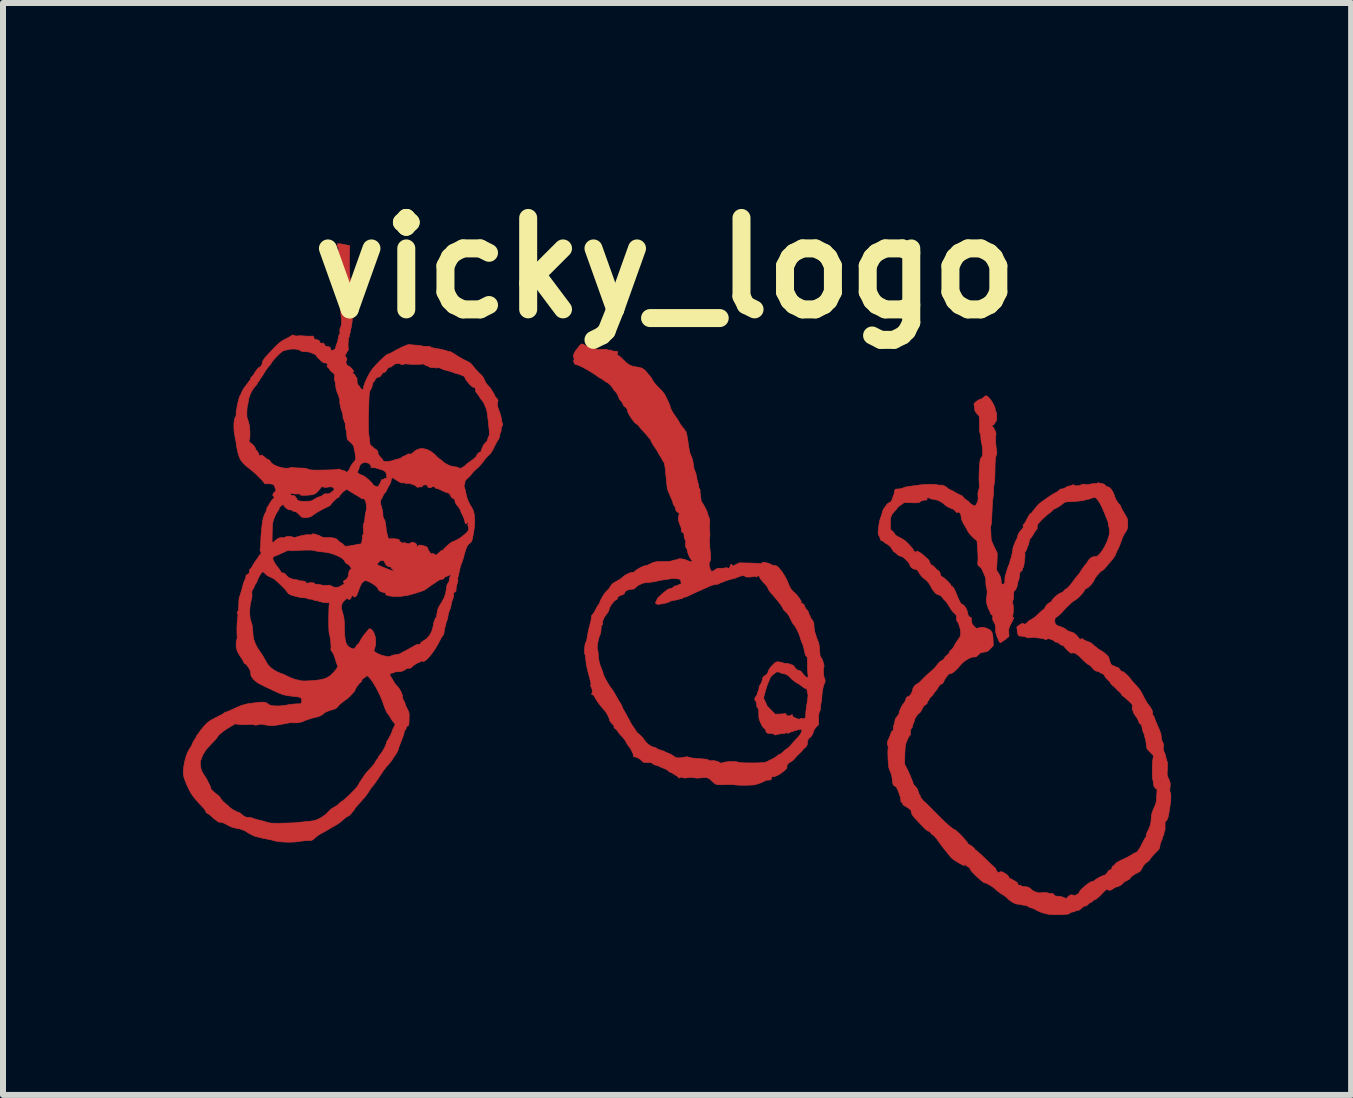
<source format=kicad_pcb>
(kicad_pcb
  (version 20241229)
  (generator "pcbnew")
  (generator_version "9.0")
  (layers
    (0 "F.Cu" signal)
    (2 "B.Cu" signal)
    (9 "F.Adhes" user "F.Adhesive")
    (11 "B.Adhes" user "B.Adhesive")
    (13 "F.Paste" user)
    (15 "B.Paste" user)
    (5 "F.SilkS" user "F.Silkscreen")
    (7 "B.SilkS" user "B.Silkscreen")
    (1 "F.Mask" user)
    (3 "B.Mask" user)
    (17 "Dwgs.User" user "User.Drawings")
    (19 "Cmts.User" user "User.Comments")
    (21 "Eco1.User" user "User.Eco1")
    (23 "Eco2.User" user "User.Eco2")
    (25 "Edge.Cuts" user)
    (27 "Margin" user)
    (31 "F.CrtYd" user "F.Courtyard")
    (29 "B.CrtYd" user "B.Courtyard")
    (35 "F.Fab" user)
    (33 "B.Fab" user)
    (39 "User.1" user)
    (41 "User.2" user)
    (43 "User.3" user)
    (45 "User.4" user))
  (footprint "vicky_logo"
    (layer "F.Cu")
    (at 8.041 6.498)
    (property "Reference" "vicky_logo" (at 0 -5.08 0) (layer "F.SilkS") (effects (font (size 1.524 1.524) (thickness 0.3))))
    (attr through_hole)
    (fp_poly (pts (xy -1.369 -3.809) (xy -1.338 -3.79) (xy -1.314 -3.779) (xy -1.28 -3.769) (xy -1.265 -3.766) (xy -1.235 -3.761) (xy -1.211 -3.754) (xy -1.205 -3.75) (xy -1.191 -3.747) (xy -1.187 -3.751) (xy -1.173 -3.76) (xy -1.166 -3.761) (xy -1.156 -3.756) (xy -1.158 -3.74) (xy -1.16 -3.731) (xy -1.158 -3.725) (xy -1.148 -3.722) (xy -1.127 -3.722) (xy -1.091 -3.723) (xy -1.06 -3.725) (xy -1.015 -3.726) (xy -0.984 -3.726) (xy -0.968 -3.724) (xy -0.968 -3.721) (xy -0.975 -3.715) (xy -0.97 -3.712) (xy -0.949 -3.711) (xy -0.926 -3.712) (xy -0.902 -3.711) (xy -0.889 -3.705) (xy -0.889 -3.703) (xy -0.88 -3.697) (xy -0.856 -3.693) (xy -0.84 -3.693) (xy -0.811 -3.692) (xy -0.796 -3.687) (xy -0.791 -3.677) (xy -0.791 -3.675) (xy -0.797 -3.654) (xy -0.803 -3.646) (xy -0.807 -3.636) (xy -0.794 -3.627) (xy -0.787 -3.625) (xy -0.769 -3.613) (xy -0.742 -3.591) (xy -0.712 -3.562) (xy -0.698 -3.548) (xy -0.647 -3.499) (xy -0.599 -3.465) (xy -0.549 -3.444) (xy -0.493 -3.433) (xy -0.493 -3.433) (xy -0.433 -3.424) (xy -0.387 -3.409) (xy -0.349 -3.384) (xy -0.313 -3.347) (xy -0.295 -3.324) (xy -0.275 -3.299) (xy -0.259 -3.281) (xy -0.252 -3.274) (xy -0.243 -3.264) (xy -0.23 -3.242) (xy -0.215 -3.216) (xy -0.187 -3.171) (xy -0.143 -3.12) (xy -0.106 -3.082) (xy -0.071 -3.047) (xy -0.04 -3.012) (xy -0.017 -2.982) (xy -0.006 -2.965) (xy 0.008 -2.936) (xy 0.026 -2.898) (xy 0.045 -2.86) (xy 0.061 -2.827) (xy 0.073 -2.798) (xy 0.078 -2.781) (xy 0.078 -2.78) (xy 0.082 -2.758) (xy 0.087 -2.747) (xy 0.097 -2.726) (xy 0.109 -2.701) (xy 0.12 -2.68) (xy 0.14 -2.648) (xy 0.165 -2.613) (xy 0.171 -2.603) (xy 0.197 -2.567) (xy 0.219 -2.532) (xy 0.235 -2.505) (xy 0.237 -2.5) (xy 0.253 -2.474) (xy 0.276 -2.441) (xy 0.293 -2.42) (xy 0.313 -2.396) (xy 0.325 -2.38) (xy 0.326 -2.374) (xy 0.327 -2.369) (xy 0.338 -2.36) (xy 0.349 -2.349) (xy 0.348 -2.345) (xy 0.346 -2.339) (xy 0.35 -2.332) (xy 0.355 -2.319) (xy 0.361 -2.289) (xy 0.368 -2.248) (xy 0.376 -2.198) (xy 0.381 -2.164) (xy 0.389 -2.109) (xy 0.398 -2.059) (xy 0.406 -2.017) (xy 0.413 -1.989) (xy 0.417 -1.98) (xy 0.439 -1.929) (xy 0.456 -1.873) (xy 0.467 -1.819) (xy 0.469 -1.793) (xy 0.479 -1.733) (xy 0.494 -1.695) (xy 0.509 -1.656) (xy 0.521 -1.611) (xy 0.524 -1.587) (xy 0.53 -1.551) (xy 0.538 -1.518) (xy 0.543 -1.503) (xy 0.553 -1.473) (xy 0.557 -1.443) (xy 0.561 -1.416) (xy 0.571 -1.398) (xy 0.571 -1.397) (xy 0.581 -1.377) (xy 0.58 -1.362) (xy 0.578 -1.336) (xy 0.582 -1.321) (xy 0.586 -1.303) (xy 0.59 -1.272) (xy 0.592 -1.246) (xy 0.596 -1.21) (xy 0.603 -1.185) (xy 0.608 -1.178) (xy 0.619 -1.164) (xy 0.635 -1.137) (xy 0.654 -1.103) (xy 0.673 -1.067) (xy 0.689 -1.032) (xy 0.7 -1.006) (xy 0.703 -0.992) (xy 0.707 -0.975) (xy 0.717 -0.948) (xy 0.724 -0.932) (xy 0.735 -0.907) (xy 0.74 -0.882) (xy 0.742 -0.852) (xy 0.739 -0.809) (xy 0.739 -0.808) (xy 0.737 -0.764) (xy 0.738 -0.722) (xy 0.741 -0.691) (xy 0.741 -0.687) (xy 0.744 -0.65) (xy 0.742 -0.607) (xy 0.74 -0.593) (xy 0.736 -0.563) (xy 0.735 -0.525) (xy 0.738 -0.475) (xy 0.743 -0.41) (xy 0.746 -0.382) (xy 0.752 -0.312) (xy 0.756 -0.26) (xy 0.756 -0.225) (xy 0.753 -0.206) (xy 0.752 -0.205) (xy 0.739 -0.179) (xy 0.732 -0.166) (xy 0.729 -0.143) (xy 0.734 -0.11) (xy 0.744 -0.074) (xy 0.758 -0.042) (xy 0.772 -0.024) (xy 0.786 -0.013) (xy 0.791 -0.015) (xy 0.791 -0.023) (xy 0.799 -0.036) (xy 0.811 -0.039) (xy 0.827 -0.043) (xy 0.83 -0.048) (xy 0.839 -0.058) (xy 0.86 -0.068) (xy 0.886 -0.074) (xy 0.909 -0.075) (xy 0.913 -0.074) (xy 0.937 -0.073) (xy 0.97 -0.076) (xy 0.983 -0.078) (xy 1.016 -0.084) (xy 1.037 -0.081) (xy 1.041 -0.078) (xy 1.058 -0.071) (xy 1.072 -0.084) (xy 1.079 -0.107) (xy 1.089 -0.134) (xy 1.099 -0.142) (xy 1.112 -0.13) (xy 1.114 -0.127) (xy 1.12 -0.116) (xy 1.128 -0.113) (xy 1.143 -0.118) (xy 1.168 -0.131) (xy 1.177 -0.136) (xy 1.23 -0.165) (xy 1.401 -0.162) (xy 1.457 -0.16) (xy 1.507 -0.158) (xy 1.547 -0.156) (xy 1.574 -0.153) (xy 1.583 -0.151) (xy 1.598 -0.152) (xy 1.609 -0.162) (xy 1.617 -0.171) (xy 1.629 -0.175) (xy 1.649 -0.174) (xy 1.683 -0.167) (xy 1.683 -0.167) (xy 1.718 -0.158) (xy 1.747 -0.147) (xy 1.761 -0.139) (xy 1.782 -0.128) (xy 1.812 -0.122) (xy 1.817 -0.122) (xy 1.842 -0.119) (xy 1.863 -0.109) (xy 1.887 -0.088) (xy 1.897 -0.077) (xy 1.945 -0.019) (xy 1.99 0.052) (xy 2.031 0.131) (xy 2.053 0.184) (xy 2.075 0.235) (xy 2.098 0.275) (xy 2.127 0.309) (xy 2.164 0.342) (xy 2.182 0.36) (xy 2.204 0.385) (xy 2.226 0.414) (xy 2.245 0.442) (xy 2.261 0.467) (xy 2.268 0.484) (xy 2.267 0.488) (xy 2.257 0.496) (xy 2.257 0.498) (xy 2.265 0.506) (xy 2.276 0.508) (xy 2.296 0.516) (xy 2.314 0.536) (xy 2.325 0.56) (xy 2.325 0.566) (xy 2.332 0.582) (xy 2.348 0.604) (xy 2.359 0.617) (xy 2.382 0.647) (xy 2.393 0.674) (xy 2.393 0.678) (xy 2.397 0.697) (xy 2.403 0.703) (xy 2.411 0.712) (xy 2.413 0.726) (xy 2.42 0.748) (xy 2.437 0.771) (xy 2.437 0.772) (xy 2.454 0.791) (xy 2.462 0.807) (xy 2.462 0.808) (xy 2.467 0.82) (xy 2.47 0.821) (xy 2.474 0.83) (xy 2.477 0.853) (xy 2.479 0.886) (xy 2.479 0.887) (xy 2.482 0.928) (xy 2.488 0.967) (xy 2.494 0.992) (xy 2.505 1.024) (xy 2.514 1.053) (xy 2.515 1.058) (xy 2.522 1.082) (xy 2.535 1.115) (xy 2.544 1.136) (xy 2.556 1.167) (xy 2.564 1.203) (xy 2.569 1.248) (xy 2.573 1.294) (xy 2.576 1.34) (xy 2.58 1.376) (xy 2.585 1.399) (xy 2.589 1.405) (xy 2.6 1.416) (xy 2.613 1.439) (xy 2.625 1.47) (xy 2.636 1.503) (xy 2.644 1.534) (xy 2.647 1.559) (xy 2.644 1.572) (xy 2.641 1.573) (xy 2.638 1.582) (xy 2.636 1.605) (xy 2.636 1.636) (xy 2.637 1.671) (xy 2.64 1.705) (xy 2.643 1.731) (xy 2.648 1.744) (xy 2.659 1.768) (xy 2.664 1.798) (xy 2.662 1.827) (xy 2.654 1.844) (xy 2.645 1.863) (xy 2.634 1.897) (xy 2.625 1.94) (xy 2.617 1.988) (xy 2.612 2.035) (xy 2.609 2.077) (xy 2.609 2.082) (xy 2.608 2.116) (xy 2.604 2.145) (xy 2.6 2.157) (xy 2.594 2.178) (xy 2.59 2.21) (xy 2.589 2.234) (xy 2.585 2.284) (xy 2.572 2.315) (xy 2.564 2.332) (xy 2.559 2.357) (xy 2.556 2.393) (xy 2.555 2.437) (xy 2.555 2.534) (xy 2.52 2.566) (xy 2.489 2.604) (xy 2.474 2.639) (xy 2.459 2.681) (xy 2.44 2.717) (xy 2.42 2.742) (xy 2.404 2.752) (xy 2.391 2.763) (xy 2.378 2.787) (xy 2.369 2.813) (xy 2.367 2.836) (xy 2.369 2.842) (xy 2.368 2.858) (xy 2.358 2.88) (xy 2.342 2.904) (xy 2.324 2.922) (xy 2.317 2.926) (xy 2.301 2.938) (xy 2.296 2.947) (xy 2.289 2.958) (xy 2.271 2.979) (xy 2.245 3.004) (xy 2.236 3.013) (xy 2.205 3.042) (xy 2.178 3.071) (xy 2.16 3.093) (xy 2.158 3.096) (xy 2.138 3.119) (xy 2.109 3.141) (xy 2.101 3.145) (xy 2.058 3.172) (xy 2.033 3.2) (xy 2.027 3.228) (xy 2.028 3.232) (xy 2.028 3.249) (xy 2.02 3.265) (xy 2 3.286) (xy 1.985 3.299) (xy 1.926 3.345) (xy 1.872 3.378) (xy 1.827 3.396) (xy 1.803 3.4) (xy 1.779 3.401) (xy 1.77 3.407) (xy 1.771 3.419) (xy 1.769 3.441) (xy 1.751 3.453) (xy 1.717 3.457) (xy 1.69 3.458) (xy 1.67 3.464) (xy 1.669 3.465) (xy 1.654 3.474) (xy 1.626 3.486) (xy 1.591 3.502) (xy 1.578 3.507) (xy 1.545 3.519) (xy 1.518 3.528) (xy 1.49 3.534) (xy 1.457 3.538) (xy 1.415 3.54) (xy 1.358 3.542) (xy 1.302 3.542) (xy 1.248 3.542) (xy 1.202 3.54) (xy 1.168 3.537) (xy 1.163 3.536) (xy 1.131 3.532) (xy 1.086 3.531) (xy 1.034 3.531) (xy 0.991 3.532) (xy 0.932 3.534) (xy 0.886 3.533) (xy 0.854 3.529) (xy 0.847 3.527) (xy 0.826 3.515) (xy 0.798 3.493) (xy 0.774 3.47) (xy 0.743 3.441) (xy 0.713 3.423) (xy 0.679 3.415) (xy 0.636 3.415) (xy 0.59 3.42) (xy 0.526 3.424) (xy 0.477 3.417) (xy 0.433 3.411) (xy 0.385 3.415) (xy 0.374 3.416) (xy 0.337 3.422) (xy 0.311 3.421) (xy 0.292 3.414) (xy 0.271 3.406) (xy 0.254 3.41) (xy 0.247 3.415) (xy 0.231 3.423) (xy 0.22 3.418) (xy 0.211 3.404) (xy 0.195 3.387) (xy 0.181 3.38) (xy 0.168 3.375) (xy 0.166 3.37) (xy 0.158 3.362) (xy 0.153 3.361) (xy 0.135 3.354) (xy 0.127 3.346) (xy 0.108 3.334) (xy 0.093 3.331) (xy 0.071 3.323) (xy 0.055 3.308) (xy 0.036 3.29) (xy 0.003 3.272) (xy -0.017 3.264) (xy -0.052 3.25) (xy -0.084 3.236) (xy -0.099 3.229) (xy -0.122 3.218) (xy -0.139 3.214) (xy -0.157 3.21) (xy -0.18 3.2) (xy -0.202 3.189) (xy -0.214 3.179) (xy -0.215 3.176) (xy -0.22 3.171) (xy -0.235 3.168) (xy -0.265 3.166) (xy -0.311 3.165) (xy -0.312 3.165) (xy -0.345 3.163) (xy -0.367 3.156) (xy -0.386 3.141) (xy -0.395 3.131) (xy -0.428 3.103) (xy -0.469 3.081) (xy -0.508 3.069) (xy -0.521 3.067) (xy -0.534 3.065) (xy -0.531 3.06) (xy -0.529 3.048) (xy -0.536 3.024) (xy -0.549 2.993) (xy -0.565 2.959) (xy -0.584 2.926) (xy -0.603 2.9) (xy -0.609 2.893) (xy -0.628 2.868) (xy -0.647 2.836) (xy -0.655 2.821) (xy -0.674 2.788) (xy -0.702 2.752) (xy -0.723 2.729) (xy -0.751 2.701) (xy -0.774 2.672) (xy -0.787 2.653) (xy -0.807 2.625) (xy -0.831 2.603) (xy -0.832 2.603) (xy -0.853 2.585) (xy -0.859 2.574) (xy -0.849 2.569) (xy -0.849 2.569) (xy -0.849 2.563) (xy -0.861 2.546) (xy -0.881 2.523) (xy -0.883 2.521) (xy -0.906 2.495) (xy -0.922 2.474) (xy -0.928 2.463) (xy -0.934 2.434) (xy -0.949 2.397) (xy -0.97 2.356) (xy -0.995 2.317) (xy -1.016 2.291) (xy -1.058 2.243) (xy -1.099 2.192) (xy -1.135 2.142) (xy -1.163 2.098) (xy -1.176 2.074) (xy -1.194 2.044) (xy -1.211 2.032) (xy -1.213 2.032) (xy -1.228 2.027) (xy -1.229 2.015) (xy -1.222 2.008) (xy -1.217 1.995) (xy -1.217 1.971) (xy -1.221 1.942) (xy -1.229 1.915) (xy -1.238 1.898) (xy -1.239 1.898) (xy -1.248 1.884) (xy -1.244 1.875) (xy -1.24 1.867) (xy -1.239 1.854) (xy -1.242 1.832) (xy -1.25 1.799) (xy -1.262 1.752) (xy -1.272 1.714) (xy -1.291 1.643) (xy -1.307 1.572) (xy -1.319 1.505) (xy -1.326 1.448) (xy -1.329 1.41) (xy -1.331 1.383) (xy -1.337 1.365) (xy -1.34 1.362) (xy -1.344 1.35) (xy -1.346 1.323) (xy -1.346 1.288) (xy -1.344 1.256) (xy -1.135 1.256) (xy -1.132 1.276) (xy -1.131 1.278) (xy -1.126 1.291) (xy -1.122 1.318) (xy -1.119 1.354) (xy -1.118 1.359) (xy -1.113 1.425) (xy -1.103 1.481) (xy -1.089 1.534) (xy -1.067 1.593) (xy -1.066 1.594) (xy -1.052 1.63) (xy -1.041 1.661) (xy -1.036 1.68) (xy -1.036 1.683) (xy -1.031 1.701) (xy -1.017 1.731) (xy -0.997 1.77) (xy -0.973 1.813) (xy -0.947 1.857) (xy -0.922 1.897) (xy -0.899 1.929) (xy -0.892 1.937) (xy -0.878 1.958) (xy -0.857 1.99) (xy -0.834 2.029) (xy -0.825 2.045) (xy -0.798 2.093) (xy -0.779 2.128) (xy -0.765 2.15) (xy -0.757 2.163) (xy -0.752 2.169) (xy -0.744 2.18) (xy -0.733 2.202) (xy -0.722 2.227) (xy -0.714 2.246) (xy -0.713 2.251) (xy -0.708 2.262) (xy -0.696 2.284) (xy -0.69 2.294) (xy -0.677 2.317) (xy -0.657 2.352) (xy -0.633 2.395) (xy -0.611 2.437) (xy -0.589 2.479) (xy -0.57 2.514) (xy -0.556 2.538) (xy -0.548 2.55) (xy -0.548 2.55) (xy -0.539 2.561) (xy -0.524 2.582) (xy -0.508 2.607) (xy -0.493 2.63) (xy -0.485 2.646) (xy -0.484 2.649) (xy -0.477 2.657) (xy -0.458 2.674) (xy -0.433 2.695) (xy -0.401 2.724) (xy -0.371 2.758) (xy -0.356 2.78) (xy -0.325 2.822) (xy -0.285 2.859) (xy -0.242 2.889) (xy -0.201 2.906) (xy -0.193 2.908) (xy -0.163 2.916) (xy -0.139 2.929) (xy -0.135 2.932) (xy -0.119 2.945) (xy -0.11 2.949) (xy -0.096 2.951) (xy -0.075 2.958) (xy -0.051 2.967) (xy -0.034 2.97) (xy -0.018 2.975) (xy -0.015 2.978) (xy -0.004 2.986) (xy 0.02 2.997) (xy 0.051 3.009) (xy 0.088 3.025) (xy 0.123 3.045) (xy 0.142 3.059) (xy 0.168 3.077) (xy 0.201 3.086) (xy 0.243 3.086) (xy 0.299 3.078) (xy 0.315 3.075) (xy 0.35 3.069) (xy 0.373 3.069) (xy 0.39 3.074) (xy 0.394 3.077) (xy 0.414 3.083) (xy 0.452 3.089) (xy 0.506 3.095) (xy 0.562 3.099) (xy 0.621 3.103) (xy 0.664 3.107) (xy 0.693 3.111) (xy 0.711 3.116) (xy 0.72 3.123) (xy 0.72 3.123) (xy 0.735 3.133) (xy 0.76 3.134) (xy 0.769 3.133) (xy 0.811 3.132) (xy 0.858 3.142) (xy 0.899 3.159) (xy 0.903 3.162) (xy 0.918 3.171) (xy 0.931 3.174) (xy 0.948 3.17) (xy 0.973 3.162) (xy 1.002 3.155) (xy 1.04 3.151) (xy 1.084 3.148) (xy 1.129 3.148) (xy 1.168 3.149) (xy 1.197 3.153) (xy 1.21 3.158) (xy 1.224 3.162) (xy 1.255 3.165) (xy 1.298 3.168) (xy 1.35 3.17) (xy 1.407 3.17) (xy 1.467 3.171) (xy 1.525 3.17) (xy 1.578 3.168) (xy 1.622 3.166) (xy 1.655 3.163) (xy 1.672 3.159) (xy 1.731 3.131) (xy 1.784 3.104) (xy 1.827 3.08) (xy 1.857 3.06) (xy 1.868 3.05) (xy 1.888 3.035) (xy 1.905 3.028) (xy 1.92 3.022) (xy 1.942 3.005) (xy 1.959 2.989) (xy 1.988 2.962) (xy 2.019 2.939) (xy 2.033 2.93) (xy 2.062 2.91) (xy 2.087 2.883) (xy 2.089 2.88) (xy 2.106 2.857) (xy 2.132 2.827) (xy 2.162 2.796) (xy 2.164 2.794) (xy 2.21 2.745) (xy 2.245 2.7) (xy 2.268 2.662) (xy 2.276 2.632) (xy 2.276 2.631) (xy 2.274 2.614) (xy 2.264 2.609) (xy 2.244 2.611) (xy 2.2 2.621) (xy 2.151 2.635) (xy 2.106 2.65) (xy 2.073 2.664) (xy 2.051 2.675) (xy 2.039 2.675) (xy 2.032 2.667) (xy 2.024 2.66) (xy 2.022 2.664) (xy 2.013 2.67) (xy 1.987 2.677) (xy 1.951 2.681) (xy 1.912 2.686) (xy 1.876 2.692) (xy 1.852 2.699) (xy 1.831 2.705) (xy 1.817 2.699) (xy 1.812 2.693) (xy 1.797 2.682) (xy 1.769 2.677) (xy 1.747 2.677) (xy 1.715 2.676) (xy 1.697 2.671) (xy 1.687 2.661) (xy 1.682 2.652) (xy 1.673 2.629) (xy 1.671 2.614) (xy 1.662 2.601) (xy 1.651 2.596) (xy 1.634 2.583) (xy 1.614 2.551) (xy 1.595 2.514) (xy 1.577 2.474) (xy 1.566 2.443) (xy 1.56 2.413) (xy 1.559 2.375) (xy 1.558 2.351) (xy 1.558 2.308) (xy 1.555 2.281) (xy 1.55 2.265) (xy 1.543 2.256) (xy 1.541 2.256) (xy 1.529 2.242) (xy 1.524 2.215) (xy 1.524 2.201) (xy 1.521 2.169) (xy 1.513 2.148) (xy 1.51 2.145) (xy 1.492 2.121) (xy 1.492 2.092) (xy 1.494 2.089) (xy 1.637 2.089) (xy 1.664 2.143) (xy 1.678 2.173) (xy 1.687 2.197) (xy 1.69 2.207) (xy 1.697 2.218) (xy 1.714 2.239) (xy 1.74 2.266) (xy 1.761 2.288) (xy 1.832 2.358) (xy 1.905 2.356) (xy 1.943 2.354) (xy 1.976 2.351) (xy 1.996 2.348) (xy 1.997 2.348) (xy 2.01 2.348) (xy 2.01 2.356) (xy 2.015 2.369) (xy 2.03 2.381) (xy 2.051 2.388) (xy 2.072 2.384) (xy 2.084 2.379) (xy 2.107 2.368) (xy 2.117 2.366) (xy 2.12 2.373) (xy 2.12 2.382) (xy 2.129 2.4) (xy 2.156 2.416) (xy 2.157 2.416) (xy 2.196 2.432) (xy 2.221 2.44) (xy 2.238 2.441) (xy 2.25 2.435) (xy 2.254 2.431) (xy 2.269 2.424) (xy 2.29 2.431) (xy 2.291 2.431) (xy 2.31 2.436) (xy 2.323 2.429) (xy 2.331 2.418) (xy 2.341 2.396) (xy 2.342 2.38) (xy 2.34 2.369) (xy 2.34 2.349) (xy 2.343 2.317) (xy 2.349 2.272) (xy 2.357 2.212) (xy 2.369 2.137) (xy 2.376 2.083) (xy 2.379 2.045) (xy 2.377 2.021) (xy 2.374 2.013) (xy 2.367 1.989) (xy 2.364 1.964) (xy 2.361 1.942) (xy 2.349 1.934) (xy 2.347 1.934) (xy 2.33 1.928) (xy 2.305 1.913) (xy 2.291 1.903) (xy 2.263 1.881) (xy 2.237 1.862) (xy 2.228 1.856) (xy 2.202 1.841) (xy 2.173 1.824) (xy 2.17 1.822) (xy 2.146 1.805) (xy 2.116 1.78) (xy 2.084 1.75) (xy 2.082 1.747) (xy 2.05 1.717) (xy 2.025 1.699) (xy 2 1.689) (xy 1.983 1.685) (xy 1.949 1.678) (xy 1.919 1.667) (xy 1.913 1.664) (xy 1.887 1.655) (xy 1.867 1.651) (xy 1.852 1.657) (xy 1.829 1.673) (xy 1.802 1.693) (xy 1.776 1.716) (xy 1.757 1.736) (xy 1.749 1.749) (xy 1.749 1.749) (xy 1.745 1.762) (xy 1.735 1.787) (xy 1.721 1.819) (xy 1.719 1.822) (xy 1.704 1.861) (xy 1.687 1.91) (xy 1.671 1.963) (xy 1.664 1.988) (xy 1.637 2.089) (xy 1.494 2.089) (xy 1.509 2.063) (xy 1.525 2.04) (xy 1.534 2.019) (xy 1.534 2.016) (xy 1.539 1.994) (xy 1.548 1.973) (xy 1.559 1.945) (xy 1.563 1.918) (xy 1.566 1.894) (xy 1.573 1.881) (xy 1.573 1.881) (xy 1.585 1.866) (xy 1.598 1.84) (xy 1.611 1.809) (xy 1.62 1.78) (xy 1.622 1.764) (xy 1.63 1.739) (xy 1.642 1.729) (xy 1.67 1.71) (xy 1.694 1.689) (xy 1.708 1.67) (xy 1.71 1.663) (xy 1.717 1.636) (xy 1.738 1.599) (xy 1.77 1.558) (xy 1.791 1.536) (xy 1.819 1.509) (xy 1.84 1.493) (xy 1.859 1.486) (xy 1.878 1.485) (xy 1.914 1.489) (xy 1.949 1.499) (xy 1.95 1.5) (xy 1.984 1.509) (xy 2.022 1.514) (xy 2.028 1.514) (xy 2.055 1.516) (xy 2.073 1.522) (xy 2.076 1.524) (xy 2.089 1.532) (xy 2.105 1.534) (xy 2.128 1.542) (xy 2.143 1.557) (xy 2.174 1.598) (xy 2.203 1.623) (xy 2.228 1.63) (xy 2.229 1.63) (xy 2.244 1.632) (xy 2.261 1.643) (xy 2.283 1.668) (xy 2.293 1.682) (xy 2.325 1.72) (xy 2.351 1.742) (xy 2.369 1.747) (xy 2.379 1.737) (xy 2.38 1.71) (xy 2.378 1.696) (xy 2.375 1.671) (xy 2.373 1.631) (xy 2.371 1.583) (xy 2.37 1.531) (xy 2.37 1.527) (xy 2.369 1.48) (xy 2.368 1.441) (xy 2.367 1.414) (xy 2.366 1.402) (xy 2.365 1.402) (xy 2.356 1.401) (xy 2.344 1.385) (xy 2.333 1.359) (xy 2.324 1.327) (xy 2.316 1.29) (xy 2.309 1.254) (xy 2.306 1.241) (xy 2.296 1.207) (xy 2.282 1.174) (xy 2.282 1.174) (xy 2.269 1.145) (xy 2.257 1.108) (xy 2.251 1.087) (xy 2.237 1.043) (xy 2.216 0.994) (xy 2.193 0.945) (xy 2.169 0.903) (xy 2.147 0.871) (xy 2.137 0.86) (xy 2.125 0.844) (xy 2.109 0.816) (xy 2.091 0.78) (xy 2.086 0.769) (xy 2.061 0.718) (xy 2.034 0.679) (xy 2.008 0.653) (xy 1.985 0.631) (xy 1.968 0.612) (xy 1.964 0.603) (xy 1.957 0.586) (xy 1.939 0.556) (xy 1.912 0.517) (xy 1.876 0.471) (xy 1.834 0.42) (xy 1.788 0.366) (xy 1.757 0.331) (xy 1.73 0.297) (xy 1.714 0.268) (xy 1.71 0.252) (xy 1.703 0.24) (xy 1.686 0.217) (xy 1.661 0.188) (xy 1.641 0.167) (xy 1.612 0.134) (xy 1.59 0.106) (xy 1.576 0.084) (xy 1.573 0.076) (xy 1.566 0.057) (xy 1.55 0.051) (xy 1.532 0.059) (xy 1.527 0.064) (xy 1.517 0.074) (xy 1.514 0.069) (xy 1.509 0.061) (xy 1.49 0.061) (xy 1.478 0.063) (xy 1.436 0.069) (xy 1.396 0.072) (xy 1.362 0.071) (xy 1.339 0.067) (xy 1.331 0.061) (xy 1.319 0.052) (xy 1.294 0.049) (xy 1.262 0.053) (xy 1.23 0.064) (xy 1.223 0.067) (xy 1.195 0.079) (xy 1.156 0.092) (xy 1.119 0.102) (xy 1.063 0.117) (xy 1.015 0.132) (xy 0.979 0.145) (xy 0.956 0.156) (xy 0.953 0.158) (xy 0.935 0.165) (xy 0.929 0.166) (xy 0.911 0.172) (xy 0.9 0.18) (xy 0.881 0.189) (xy 0.852 0.195) (xy 0.835 0.196) (xy 0.789 0.205) (xy 0.74 0.222) (xy 0.733 0.226) (xy 0.698 0.243) (xy 0.653 0.263) (xy 0.607 0.284) (xy 0.596 0.289) (xy 0.509 0.327) (xy 0.435 0.361) (xy 0.377 0.389) (xy 0.37 0.392) (xy 0.347 0.402) (xy 0.331 0.405) (xy 0.329 0.404) (xy 0.319 0.406) (xy 0.3 0.417) (xy 0.297 0.419) (xy 0.278 0.431) (xy 0.264 0.435) (xy 0.264 0.435) (xy 0.251 0.435) (xy 0.227 0.441) (xy 0.215 0.445) (xy 0.181 0.454) (xy 0.15 0.459) (xy 0.143 0.459) (xy 0.113 0.464) (xy 0.083 0.477) (xy 0.081 0.478) (xy 0.048 0.493) (xy 0.001 0.507) (xy -0.055 0.518) (xy -0.103 0.525) (xy -0.134 0.525) (xy -0.153 0.516) (xy -0.156 0.513) (xy -0.164 0.497) (xy -0.16 0.49) (xy -0.15 0.477) (xy -0.143 0.456) (xy -0.13 0.428) (xy -0.114 0.41) (xy -0.097 0.394) (xy -0.07 0.37) (xy -0.039 0.343) (xy -0.034 0.338) (xy 0.006 0.304) (xy 0.036 0.282) (xy 0.06 0.269) (xy 0.082 0.264) (xy 0.091 0.264) (xy 0.117 0.255) (xy 0.136 0.239) (xy 0.152 0.223) (xy 0.165 0.219) (xy 0.166 0.22) (xy 0.181 0.22) (xy 0.2 0.211) (xy 0.225 0.199) (xy 0.244 0.195) (xy 0.259 0.191) (xy 0.263 0.173) (xy 0.263 0.169) (xy 0.258 0.132) (xy 0.244 0.111) (xy 0.219 0.102) (xy 0.219 0.102) (xy 0.173 0.099) (xy 0.14 0.097) (xy 0.116 0.097) (xy 0.096 0.099) (xy 0.088 0.101) (xy 0.062 0.105) (xy 0.023 0.11) (xy -0.019 0.116) (xy -0.024 0.117) (xy -0.07 0.124) (xy -0.115 0.133) (xy -0.15 0.142) (xy -0.152 0.142) (xy -0.188 0.15) (xy -0.233 0.156) (xy -0.274 0.16) (xy -0.314 0.163) (xy -0.351 0.169) (xy -0.376 0.175) (xy -0.376 0.175) (xy -0.425 0.197) (xy -0.46 0.216) (xy -0.485 0.237) (xy -0.493 0.246) (xy -0.511 0.263) (xy -0.532 0.272) (xy -0.563 0.276) (xy -0.57 0.277) (xy -0.617 0.284) (xy -0.653 0.3) (xy -0.673 0.323) (xy -0.676 0.334) (xy -0.682 0.349) (xy -0.7 0.361) (xy -0.733 0.374) (xy -0.734 0.374) (xy -0.766 0.386) (xy -0.784 0.398) (xy -0.793 0.412) (xy -0.795 0.421) (xy -0.804 0.442) (xy -0.815 0.449) (xy -0.833 0.457) (xy -0.857 0.479) (xy -0.882 0.508) (xy -0.906 0.542) (xy -0.925 0.576) (xy -0.936 0.604) (xy -0.938 0.616) (xy -0.946 0.644) (xy -0.97 0.677) (xy -0.972 0.68) (xy -0.997 0.712) (xy -1.019 0.748) (xy -1.036 0.784) (xy -1.046 0.815) (xy -1.048 0.838) (xy -1.043 0.846) (xy -1.041 0.856) (xy -1.05 0.866) (xy -1.061 0.879) (xy -1.068 0.903) (xy -1.071 0.942) (xy -1.071 0.942) (xy -1.074 0.979) (xy -1.08 1.011) (xy -1.086 1.028) (xy -1.098 1.056) (xy -1.11 1.094) (xy -1.12 1.137) (xy -1.128 1.182) (xy -1.134 1.223) (xy -1.135 1.256) (xy -1.344 1.256) (xy -1.344 1.249) (xy -1.34 1.212) (xy -1.335 1.182) (xy -1.329 1.164) (xy -1.327 1.161) (xy -1.315 1.146) (xy -1.312 1.136) (xy -1.3 1.065) (xy -1.29 1.009) (xy -1.281 0.964) (xy -1.272 0.925) (xy -1.262 0.888) (xy -1.256 0.867) (xy -1.245 0.823) (xy -1.236 0.782) (xy -1.231 0.75) (xy -1.231 0.742) (xy -1.227 0.711) (xy -1.216 0.697) (xy -1.205 0.686) (xy -1.188 0.662) (xy -1.169 0.629) (xy -1.163 0.616) (xy -1.144 0.58) (xy -1.126 0.55) (xy -1.113 0.531) (xy -1.11 0.528) (xy -1.097 0.512) (xy -1.094 0.503) (xy -1.089 0.481) (xy -1.074 0.449) (xy -1.054 0.411) (xy -1.03 0.372) (xy -1.006 0.337) (xy -0.984 0.311) (xy -0.976 0.303) (xy -0.949 0.277) (xy -0.925 0.247) (xy -0.919 0.236) (xy -0.904 0.21) (xy -0.886 0.189) (xy -0.862 0.169) (xy -0.826 0.148) (xy -0.798 0.133) (xy -0.763 0.113) (xy -0.733 0.093) (xy -0.714 0.076) (xy -0.713 0.075) (xy -0.692 0.056) (xy -0.661 0.036) (xy -0.625 0.017) (xy -0.59 0.002) (xy -0.561 -0.006) (xy -0.546 -0.007) (xy -0.524 -0.009) (xy -0.506 -0.024) (xy -0.487 -0.042) (xy -0.456 -0.063) (xy -0.419 -0.084) (xy -0.382 -0.102) (xy -0.351 -0.114) (xy -0.335 -0.117) (xy -0.309 -0.121) (xy -0.295 -0.126) (xy -0.248 -0.15) (xy -0.211 -0.167) (xy -0.181 -0.177) (xy -0.151 -0.183) (xy -0.115 -0.185) (xy -0.07 -0.186) (xy -0.011 -0.187) (xy 0.033 -0.188) (xy 0.065 -0.19) (xy 0.087 -0.193) (xy 0.105 -0.197) (xy 0.12 -0.203) (xy 0.151 -0.212) (xy 0.176 -0.215) (xy 0.199 -0.218) (xy 0.211 -0.226) (xy 0.225 -0.232) (xy 0.252 -0.233) (xy 0.286 -0.229) (xy 0.323 -0.221) (xy 0.356 -0.21) (xy 0.366 -0.205) (xy 0.398 -0.192) (xy 0.424 -0.186) (xy 0.442 -0.187) (xy 0.449 -0.195) (xy 0.442 -0.209) (xy 0.435 -0.215) (xy 0.42 -0.234) (xy 0.403 -0.265) (xy 0.386 -0.302) (xy 0.374 -0.337) (xy 0.368 -0.363) (xy 0.368 -0.366) (xy 0.362 -0.393) (xy 0.351 -0.411) (xy 0.341 -0.425) (xy 0.337 -0.446) (xy 0.338 -0.479) (xy 0.339 -0.485) (xy 0.341 -0.521) (xy 0.338 -0.542) (xy 0.33 -0.555) (xy 0.328 -0.556) (xy 0.316 -0.578) (xy 0.313 -0.615) (xy 0.311 -0.644) (xy 0.305 -0.661) (xy 0.291 -0.671) (xy 0.287 -0.673) (xy 0.269 -0.685) (xy 0.265 -0.703) (xy 0.267 -0.712) (xy 0.266 -0.74) (xy 0.254 -0.778) (xy 0.243 -0.802) (xy 0.222 -0.861) (xy 0.217 -0.915) (xy 0.229 -0.972) (xy 0.23 -0.975) (xy 0.232 -0.993) (xy 0.22 -1.002) (xy 0.217 -1.003) (xy 0.196 -1.015) (xy 0.179 -1.036) (xy 0.171 -1.058) (xy 0.172 -1.068) (xy 0.169 -1.084) (xy 0.157 -1.105) (xy 0.152 -1.111) (xy 0.136 -1.136) (xy 0.127 -1.158) (xy 0.127 -1.162) (xy 0.123 -1.187) (xy 0.118 -1.199) (xy 0.11 -1.216) (xy 0.097 -1.245) (xy 0.081 -1.281) (xy 0.078 -1.29) (xy 0.063 -1.327) (xy 0.049 -1.359) (xy 0.04 -1.38) (xy 0.039 -1.382) (xy 0.035 -1.399) (xy 0.03 -1.431) (xy 0.025 -1.474) (xy 0.02 -1.519) (xy 0.012 -1.607) (xy 0.005 -1.678) (xy -0.001 -1.734) (xy -0.007 -1.776) (xy -0.012 -1.807) (xy -0.018 -1.828) (xy -0.024 -1.843) (xy -0.03 -1.852) (xy -0.044 -1.869) (xy -0.049 -1.879) (xy -0.054 -1.891) (xy -0.066 -1.912) (xy -0.075 -1.927) (xy -0.097 -1.963) (xy -0.119 -2.002) (xy -0.125 -2.012) (xy -0.146 -2.048) (xy -0.169 -2.082) (xy -0.176 -2.092) (xy -0.198 -2.123) (xy -0.219 -2.16) (xy -0.227 -2.175) (xy -0.24 -2.202) (xy -0.25 -2.222) (xy -0.254 -2.227) (xy -0.262 -2.237) (xy -0.279 -2.257) (xy -0.302 -2.285) (xy -0.307 -2.291) (xy -0.333 -2.322) (xy -0.358 -2.35) (xy -0.375 -2.368) (xy -0.377 -2.369) (xy -0.395 -2.388) (xy -0.418 -2.415) (xy -0.43 -2.431) (xy -0.451 -2.456) (xy -0.47 -2.474) (xy -0.479 -2.48) (xy -0.501 -2.495) (xy -0.527 -2.524) (xy -0.556 -2.561) (xy -0.584 -2.603) (xy -0.608 -2.646) (xy -0.627 -2.684) (xy -0.636 -2.715) (xy -0.636 -2.727) (xy -0.643 -2.742) (xy -0.663 -2.759) (xy -0.668 -2.763) (xy -0.697 -2.788) (xy -0.708 -2.814) (xy -0.721 -2.842) (xy -0.742 -2.868) (xy -0.744 -2.87) (xy -0.762 -2.889) (xy -0.771 -2.905) (xy -0.772 -2.908) (xy -0.777 -2.929) (xy -0.791 -2.959) (xy -0.809 -2.991) (xy -0.828 -3.016) (xy -0.836 -3.024) (xy -0.855 -3.045) (xy -0.874 -3.074) (xy -0.877 -3.08) (xy -0.893 -3.103) (xy -0.916 -3.129) (xy -0.941 -3.153) (xy -0.963 -3.169) (xy -0.977 -3.175) (xy -0.988 -3.181) (xy -1.009 -3.195) (xy -1.027 -3.209) (xy -1.05 -3.226) (xy -1.067 -3.237) (xy -1.073 -3.239) (xy -1.082 -3.242) (xy -1.102 -3.254) (xy -1.118 -3.266) (xy -1.17 -3.303) (xy -1.227 -3.339) (xy -1.284 -3.374) (xy -1.341 -3.406) (xy -1.393 -3.434) (xy -1.437 -3.454) (xy -1.471 -3.467) (xy -1.49 -3.47) (xy -1.506 -3.478) (xy -1.519 -3.497) (xy -1.527 -3.522) (xy -1.526 -3.545) (xy -1.522 -3.553) (xy -1.518 -3.57) (xy -1.523 -3.579) (xy -1.531 -3.602) (xy -1.528 -3.634) (xy -1.515 -3.669) (xy -1.495 -3.701) (xy -1.491 -3.707) (xy -1.466 -3.737) (xy -1.44 -3.771) (xy -1.433 -3.78) (xy -1.412 -3.805) (xy -1.393 -3.815) (xy -1.369 -3.809)) (stroke (width 0.01) (type solid)) (fill yes) (layer "F.Cu"))
    (fp_poly (pts (xy 5.369 -2.942) (xy 5.394 -2.919) (xy 5.421 -2.887) (xy 5.448 -2.848) (xy 5.471 -2.807) (xy 5.489 -2.768) (xy 5.499 -2.734) (xy 5.5 -2.723) (xy 5.505 -2.7) (xy 5.511 -2.689) (xy 5.518 -2.673) (xy 5.522 -2.646) (xy 5.524 -2.611) (xy 5.524 -2.576) (xy 5.521 -2.546) (xy 5.516 -2.527) (xy 5.513 -2.523) (xy 5.501 -2.51) (xy 5.5 -2.505) (xy 5.494 -2.492) (xy 5.49 -2.491) (xy 5.482 -2.483) (xy 5.481 -2.477) (xy 5.477 -2.464) (xy 5.473 -2.463) (xy 5.45 -2.461) (xy 5.441 -2.448) (xy 5.441 -2.447) (xy 5.446 -2.436) (xy 5.451 -2.437) (xy 5.46 -2.433) (xy 5.473 -2.415) (xy 5.488 -2.388) (xy 5.502 -2.357) (xy 5.511 -2.332) (xy 5.513 -2.302) (xy 5.509 -2.283) (xy 5.506 -2.265) (xy 5.506 -2.232) (xy 5.507 -2.189) (xy 5.51 -2.141) (xy 5.515 -2.092) (xy 5.521 -2.048) (xy 5.525 -2.024) (xy 5.527 -1.995) (xy 5.521 -1.97) (xy 5.521 -1.97) (xy 5.513 -1.949) (xy 5.507 -1.921) (xy 5.502 -1.885) (xy 5.499 -1.837) (xy 5.497 -1.774) (xy 5.496 -1.7) (xy 5.495 -1.641) (xy 5.493 -1.586) (xy 5.49 -1.539) (xy 5.487 -1.505) (xy 5.484 -1.49) (xy 5.479 -1.462) (xy 5.475 -1.421) (xy 5.472 -1.377) (xy 5.472 -1.364) (xy 5.47 -1.318) (xy 5.466 -1.273) (xy 5.462 -1.238) (xy 5.461 -1.231) (xy 5.458 -1.207) (xy 5.455 -1.168) (xy 5.451 -1.116) (xy 5.448 -1.057) (xy 5.446 -0.994) (xy 5.445 -0.988) (xy 5.443 -0.929) (xy 5.44 -0.876) (xy 5.437 -0.834) (xy 5.433 -0.805) (xy 5.43 -0.792) (xy 5.43 -0.791) (xy 5.426 -0.782) (xy 5.424 -0.757) (xy 5.425 -0.719) (xy 5.426 -0.696) (xy 5.428 -0.651) (xy 5.43 -0.609) (xy 5.431 -0.578) (xy 5.431 -0.568) (xy 5.436 -0.545) (xy 5.449 -0.508) (xy 5.468 -0.463) (xy 5.483 -0.431) (xy 5.534 -0.327) (xy 5.532 -0.234) (xy 5.53 -0.187) (xy 5.528 -0.14) (xy 5.525 -0.102) (xy 5.524 -0.092) (xy 5.522 -0.06) (xy 5.526 -0.038) (xy 5.538 -0.018) (xy 5.541 -0.014) (xy 5.573 0.035) (xy 5.593 0.088) (xy 5.598 0.127) (xy 5.601 0.167) (xy 5.61 0.19) (xy 5.626 0.195) (xy 5.646 0.182) (xy 5.65 0.178) (xy 5.661 0.155) (xy 5.661 0.12) (xy 5.661 0.119) (xy 5.662 0.082) (xy 5.668 0.046) (xy 5.67 0.041) (xy 5.68 0.012) (xy 5.692 -0.027) (xy 5.701 -0.059) (xy 5.712 -0.094) (xy 5.723 -0.122) (xy 5.731 -0.138) (xy 5.742 -0.16) (xy 5.744 -0.175) (xy 5.748 -0.2) (xy 5.758 -0.228) (xy 5.758 -0.228) (xy 5.767 -0.257) (xy 5.777 -0.297) (xy 5.786 -0.341) (xy 5.792 -0.379) (xy 5.793 -0.398) (xy 5.797 -0.416) (xy 5.807 -0.446) (xy 5.821 -0.482) (xy 5.837 -0.52) (xy 5.853 -0.553) (xy 5.862 -0.569) (xy 5.87 -0.589) (xy 5.871 -0.599) (xy 5.877 -0.621) (xy 5.89 -0.651) (xy 5.908 -0.681) (xy 5.926 -0.705) (xy 5.93 -0.708) (xy 5.952 -0.732) (xy 5.966 -0.756) (xy 5.972 -0.775) (xy 5.966 -0.785) (xy 5.962 -0.793) (xy 5.975 -0.808) (xy 5.99 -0.825) (xy 6.009 -0.855) (xy 6.026 -0.889) (xy 6.051 -0.938) (xy 6.075 -0.973) (xy 6.095 -0.993) (xy 6.105 -0.996) (xy 6.115 -1.003) (xy 6.116 -1.006) (xy 6.122 -1.018) (xy 6.138 -1.04) (xy 6.161 -1.068) (xy 6.187 -1.1) (xy 6.214 -1.13) (xy 6.225 -1.142) (xy 6.246 -1.16) (xy 6.275 -1.183) (xy 6.296 -1.198) (xy 6.33 -1.221) (xy 6.37 -1.249) (xy 6.409 -1.276) (xy 6.445 -1.3) (xy 6.482 -1.322) (xy 6.511 -1.338) (xy 6.512 -1.338) (xy 6.541 -1.354) (xy 6.563 -1.372) (xy 6.568 -1.377) (xy 6.583 -1.392) (xy 6.596 -1.396) (xy 6.617 -1.397) (xy 6.646 -1.406) (xy 6.674 -1.419) (xy 6.692 -1.432) (xy 6.71 -1.442) (xy 6.735 -1.446) (xy 6.763 -1.451) (xy 6.784 -1.461) (xy 6.802 -1.469) (xy 6.81 -1.465) (xy 6.827 -1.453) (xy 6.855 -1.449) (xy 6.889 -1.451) (xy 6.922 -1.46) (xy 6.929 -1.464) (xy 6.957 -1.476) (xy 6.98 -1.477) (xy 7 -1.472) (xy 7.036 -1.467) (xy 7.067 -1.473) (xy 7.096 -1.48) (xy 7.133 -1.485) (xy 7.147 -1.485) (xy 7.178 -1.487) (xy 7.2 -1.492) (xy 7.207 -1.496) (xy 7.222 -1.501) (xy 7.237 -1.496) (xy 7.262 -1.488) (xy 7.286 -1.485) (xy 7.315 -1.477) (xy 7.331 -1.46) (xy 7.347 -1.443) (xy 7.362 -1.436) (xy 7.395 -1.427) (xy 7.427 -1.4) (xy 7.456 -1.357) (xy 7.464 -1.342) (xy 7.478 -1.31) (xy 7.489 -1.284) (xy 7.493 -1.27) (xy 7.493 -1.27) (xy 7.498 -1.25) (xy 7.512 -1.221) (xy 7.531 -1.19) (xy 7.55 -1.162) (xy 7.566 -1.145) (xy 7.583 -1.127) (xy 7.591 -1.112) (xy 7.591 -1.111) (xy 7.594 -1.099) (xy 7.603 -1.078) (xy 7.619 -1.046) (xy 7.645 -1.003) (xy 7.672 -0.956) (xy 7.691 -0.924) (xy 7.702 -0.9) (xy 7.708 -0.876) (xy 7.709 -0.844) (xy 7.709 -0.812) (xy 7.708 -0.771) (xy 7.704 -0.743) (xy 7.696 -0.718) (xy 7.681 -0.691) (xy 7.663 -0.663) (xy 7.641 -0.626) (xy 7.624 -0.592) (xy 7.614 -0.565) (xy 7.613 -0.561) (xy 7.607 -0.537) (xy 7.6 -0.523) (xy 7.599 -0.522) (xy 7.592 -0.509) (xy 7.591 -0.5) (xy 7.586 -0.485) (xy 7.575 -0.457) (xy 7.559 -0.42) (xy 7.547 -0.396) (xy 7.528 -0.357) (xy 7.513 -0.325) (xy 7.504 -0.302) (xy 7.503 -0.295) (xy 7.497 -0.283) (xy 7.481 -0.26) (xy 7.46 -0.231) (xy 7.435 -0.2) (xy 7.41 -0.17) (xy 7.392 -0.151) (xy 7.38 -0.138) (xy 7.361 -0.114) (xy 7.342 -0.09) (xy 7.317 -0.062) (xy 7.293 -0.041) (xy 7.276 -0.032) (xy 7.259 -0.021) (xy 7.235 0.003) (xy 7.208 0.033) (xy 7.182 0.067) (xy 7.16 0.099) (xy 7.147 0.125) (xy 7.146 0.129) (xy 7.134 0.151) (xy 7.113 0.179) (xy 7.087 0.209) (xy 7.059 0.236) (xy 7.035 0.255) (xy 7.017 0.264) (xy 7.016 0.264) (xy 7.001 0.272) (xy 6.987 0.294) (xy 6.986 0.296) (xy 6.969 0.323) (xy 6.941 0.358) (xy 6.907 0.394) (xy 6.872 0.426) (xy 6.841 0.45) (xy 6.829 0.457) (xy 6.804 0.473) (xy 6.77 0.5) (xy 6.731 0.535) (xy 6.691 0.574) (xy 6.654 0.613) (xy 6.624 0.648) (xy 6.624 0.648) (xy 6.594 0.68) (xy 6.559 0.712) (xy 6.543 0.723) (xy 6.518 0.742) (xy 6.501 0.756) (xy 6.496 0.761) (xy 6.492 0.808) (xy 6.497 0.842) (xy 6.513 0.865) (xy 6.543 0.884) (xy 6.586 0.899) (xy 6.633 0.917) (xy 6.669 0.936) (xy 6.683 0.948) (xy 6.71 0.968) (xy 6.742 0.98) (xy 6.743 0.981) (xy 6.8 0.999) (xy 6.846 1.031) (xy 6.869 1.058) (xy 6.892 1.088) (xy 6.907 1.105) (xy 6.916 1.111) (xy 6.923 1.11) (xy 6.931 1.104) (xy 6.945 1.097) (xy 6.959 1.103) (xy 6.968 1.111) (xy 6.989 1.125) (xy 7.022 1.139) (xy 7.046 1.148) (xy 7.098 1.17) (xy 7.131 1.198) (xy 7.151 1.218) (xy 7.165 1.23) (xy 7.169 1.231) (xy 7.18 1.237) (xy 7.198 1.253) (xy 7.201 1.256) (xy 7.225 1.276) (xy 7.256 1.296) (xy 7.266 1.3) (xy 7.292 1.316) (xy 7.322 1.338) (xy 7.351 1.364) (xy 7.376 1.389) (xy 7.392 1.409) (xy 7.395 1.419) (xy 7.399 1.437) (xy 7.407 1.466) (xy 7.418 1.498) (xy 7.428 1.522) (xy 7.446 1.542) (xy 7.466 1.55) (xy 7.488 1.557) (xy 7.499 1.564) (xy 7.511 1.571) (xy 7.528 1.573) (xy 7.549 1.58) (xy 7.571 1.603) (xy 7.577 1.612) (xy 7.594 1.633) (xy 7.607 1.645) (xy 7.611 1.645) (xy 7.626 1.647) (xy 7.649 1.662) (xy 7.679 1.687) (xy 7.712 1.719) (xy 7.746 1.757) (xy 7.777 1.797) (xy 7.796 1.821) (xy 7.824 1.852) (xy 7.855 1.885) (xy 7.86 1.89) (xy 7.893 1.928) (xy 7.923 1.969) (xy 7.952 2.021) (xy 7.969 2.055) (xy 7.992 2.101) (xy 8.016 2.142) (xy 8.036 2.176) (xy 8.05 2.194) (xy 8.086 2.241) (xy 8.111 2.285) (xy 8.124 2.323) (xy 8.124 2.345) (xy 8.123 2.369) (xy 8.133 2.38) (xy 8.146 2.392) (xy 8.148 2.398) (xy 8.152 2.414) (xy 8.163 2.444) (xy 8.18 2.487) (xy 8.202 2.539) (xy 8.228 2.597) (xy 8.237 2.618) (xy 8.262 2.688) (xy 8.268 2.735) (xy 8.272 2.772) (xy 8.28 2.803) (xy 8.286 2.814) (xy 8.3 2.842) (xy 8.308 2.869) (xy 8.309 2.89) (xy 8.305 2.896) (xy 8.3 2.909) (xy 8.301 2.933) (xy 8.306 2.962) (xy 8.316 2.988) (xy 8.32 2.995) (xy 8.329 3.016) (xy 8.339 3.047) (xy 8.343 3.067) (xy 8.351 3.102) (xy 8.36 3.133) (xy 8.365 3.145) (xy 8.371 3.165) (xy 8.373 3.195) (xy 8.372 3.239) (xy 8.37 3.273) (xy 8.367 3.32) (xy 8.366 3.352) (xy 8.368 3.376) (xy 8.374 3.397) (xy 8.384 3.42) (xy 8.387 3.426) (xy 8.405 3.467) (xy 8.415 3.499) (xy 8.418 3.529) (xy 8.416 3.565) (xy 8.413 3.582) (xy 8.41 3.619) (xy 8.411 3.643) (xy 8.418 3.659) (xy 8.419 3.66) (xy 8.425 3.679) (xy 8.428 3.714) (xy 8.427 3.761) (xy 8.423 3.816) (xy 8.416 3.876) (xy 8.411 3.908) (xy 8.404 3.95) (xy 8.397 3.997) (xy 8.393 4.02) (xy 8.384 4.067) (xy 8.37 4.106) (xy 8.354 4.134) (xy 8.341 4.144) (xy 8.334 4.154) (xy 8.331 4.178) (xy 8.331 4.22) (xy 8.331 4.228) (xy 8.331 4.27) (xy 8.329 4.297) (xy 8.324 4.308) (xy 8.324 4.308) (xy 8.317 4.317) (xy 8.314 4.338) (xy 8.314 4.342) (xy 8.311 4.366) (xy 8.305 4.38) (xy 8.305 4.381) (xy 8.296 4.394) (xy 8.289 4.417) (xy 8.289 4.418) (xy 8.28 4.449) (xy 8.266 4.482) (xy 8.264 4.486) (xy 8.251 4.519) (xy 8.245 4.553) (xy 8.245 4.557) (xy 8.241 4.584) (xy 8.227 4.609) (xy 8.209 4.63) (xy 8.158 4.683) (xy 8.121 4.723) (xy 8.096 4.753) (xy 8.082 4.771) (xy 8.079 4.78) (xy 8.071 4.791) (xy 8.052 4.809) (xy 8.03 4.825) (xy 7.996 4.852) (xy 7.97 4.885) (xy 7.951 4.919) (xy 7.933 4.953) (xy 7.917 4.975) (xy 7.896 4.99) (xy 7.866 5.005) (xy 7.831 5.023) (xy 7.798 5.045) (xy 7.77 5.067) (xy 7.752 5.086) (xy 7.747 5.097) (xy 7.744 5.103) (xy 7.731 5.112) (xy 7.707 5.125) (xy 7.671 5.143) (xy 7.648 5.157) (xy 7.634 5.172) (xy 7.633 5.173) (xy 7.62 5.188) (xy 7.596 5.206) (xy 7.567 5.222) (xy 7.54 5.234) (xy 7.526 5.236) (xy 7.507 5.242) (xy 7.481 5.256) (xy 7.468 5.265) (xy 7.435 5.287) (xy 7.408 5.294) (xy 7.383 5.287) (xy 7.375 5.283) (xy 7.365 5.279) (xy 7.355 5.28) (xy 7.341 5.289) (xy 7.321 5.308) (xy 7.291 5.338) (xy 7.275 5.355) (xy 7.239 5.391) (xy 7.207 5.42) (xy 7.182 5.44) (xy 7.169 5.446) (xy 7.144 5.458) (xy 7.121 5.476) (xy 7.102 5.493) (xy 7.086 5.5) (xy 7.085 5.5) (xy 7.071 5.507) (xy 7.052 5.524) (xy 7.046 5.53) (xy 7.023 5.552) (xy 7.002 5.555) (xy 7.002 5.555) (xy 6.983 5.558) (xy 6.957 5.576) (xy 6.939 5.592) (xy 6.907 5.619) (xy 6.883 5.63) (xy 6.877 5.63) (xy 6.856 5.632) (xy 6.837 5.641) (xy 6.81 5.653) (xy 6.788 5.656) (xy 6.766 5.66) (xy 6.755 5.667) (xy 6.742 5.678) (xy 6.723 5.688) (xy 6.701 5.692) (xy 6.664 5.696) (xy 6.616 5.699) (xy 6.562 5.7) (xy 6.507 5.7) (xy 6.455 5.699) (xy 6.41 5.696) (xy 6.399 5.695) (xy 6.333 5.682) (xy 6.262 5.66) (xy 6.197 5.631) (xy 6.166 5.613) (xy 6.137 5.598) (xy 6.111 5.589) (xy 6.103 5.588) (xy 6.081 5.582) (xy 6.054 5.568) (xy 6.047 5.563) (xy 6.024 5.549) (xy 6.006 5.543) (xy 6.002 5.543) (xy 5.986 5.544) (xy 5.96 5.54) (xy 5.948 5.537) (xy 5.914 5.53) (xy 5.883 5.526) (xy 5.876 5.526) (xy 5.833 5.516) (xy 5.785 5.492) (xy 5.737 5.458) (xy 5.715 5.437) (xy 5.681 5.407) (xy 5.641 5.376) (xy 5.612 5.359) (xy 5.573 5.333) (xy 5.533 5.302) (xy 5.51 5.28) (xy 5.482 5.256) (xy 5.446 5.23) (xy 5.406 5.205) (xy 5.368 5.184) (xy 5.336 5.171) (xy 5.319 5.168) (xy 5.305 5.161) (xy 5.282 5.144) (xy 5.251 5.118) (xy 5.216 5.086) (xy 5.18 5.053) (xy 5.147 5.02) (xy 5.118 4.99) (xy 5.098 4.967) (xy 5.09 4.953) (xy 5.09 4.952) (xy 5.083 4.936) (xy 5.067 4.917) (xy 5.047 4.9) (xy 5.029 4.89) (xy 5.021 4.89) (xy 5.016 4.888) (xy 5.018 4.88) (xy 5.019 4.87) (xy 5.008 4.871) (xy 5 4.874) (xy 4.969 4.877) (xy 4.955 4.872) (xy 4.895 4.838) (xy 4.849 4.811) (xy 4.816 4.789) (xy 4.791 4.772) (xy 4.772 4.755) (xy 4.757 4.739) (xy 4.754 4.736) (xy 4.695 4.662) (xy 4.646 4.601) (xy 4.608 4.552) (xy 4.579 4.512) (xy 4.559 4.484) (xy 4.532 4.445) (xy 4.503 4.41) (xy 4.477 4.382) (xy 4.455 4.364) (xy 4.443 4.36) (xy 4.433 4.353) (xy 4.426 4.338) (xy 4.414 4.317) (xy 4.393 4.31) (xy 4.369 4.3) (xy 4.339 4.278) (xy 4.327 4.266) (xy 4.301 4.239) (xy 4.268 4.205) (xy 4.234 4.169) (xy 4.228 4.162) (xy 4.181 4.113) (xy 4.147 4.075) (xy 4.124 4.046) (xy 4.11 4.023) (xy 4.104 4.005) (xy 4.103 3.995) (xy 4.098 3.969) (xy 4.08 3.945) (xy 4.047 3.92) (xy 4.034 3.913) (xy 3.996 3.89) (xy 3.972 3.874) (xy 3.959 3.862) (xy 3.954 3.852) (xy 3.955 3.841) (xy 3.955 3.841) (xy 3.954 3.826) (xy 3.942 3.826) (xy 3.932 3.826) (xy 3.928 3.813) (xy 3.927 3.794) (xy 3.924 3.769) (xy 3.915 3.731) (xy 3.901 3.688) (xy 3.891 3.661) (xy 3.872 3.615) (xy 3.858 3.585) (xy 3.846 3.568) (xy 3.834 3.56) (xy 3.832 3.559) (xy 3.813 3.55) (xy 3.799 3.532) (xy 3.79 3.501) (xy 3.784 3.455) (xy 3.784 3.446) (xy 3.776 3.391) (xy 3.762 3.341) (xy 3.756 3.326) (xy 3.742 3.294) (xy 3.731 3.265) (xy 3.727 3.253) (xy 3.723 3.225) (xy 3.719 3.183) (xy 3.715 3.134) (xy 3.712 3.081) (xy 3.711 3.03) (xy 3.71 2.986) (xy 3.712 2.953) (xy 3.713 2.941) (xy 3.717 2.905) (xy 3.708 2.877) (xy 3.7 2.843) (xy 3.709 2.802) (xy 3.72 2.779) (xy 3.732 2.752) (xy 3.747 2.716) (xy 3.76 2.681) (xy 3.766 2.66) (xy 3.778 2.641) (xy 3.79 2.633) (xy 3.803 2.624) (xy 3.805 2.606) (xy 3.803 2.595) (xy 3.804 2.562) (xy 3.814 2.526) (xy 3.824 2.494) (xy 3.829 2.464) (xy 3.83 2.46) (xy 3.837 2.431) (xy 3.861 2.399) (xy 3.864 2.396) (xy 3.885 2.37) (xy 3.897 2.346) (xy 3.898 2.339) (xy 3.903 2.312) (xy 3.917 2.275) (xy 3.936 2.235) (xy 3.958 2.198) (xy 3.976 2.176) (xy 3.995 2.147) (xy 4.009 2.115) (xy 4.01 2.109) (xy 4.018 2.083) (xy 4.034 2.069) (xy 4.048 2.065) (xy 4.069 2.054) (xy 4.088 2.034) (xy 4.105 2.004) (xy 4.118 1.974) (xy 4.126 1.95) (xy 4.126 1.939) (xy 4.13 1.926) (xy 4.142 1.905) (xy 4.16 1.882) (xy 4.178 1.864) (xy 4.191 1.856) (xy 4.192 1.856) (xy 4.207 1.85) (xy 4.229 1.833) (xy 4.254 1.81) (xy 4.261 1.802) (xy 4.287 1.774) (xy 4.314 1.747) (xy 4.345 1.718) (xy 4.383 1.684) (xy 4.432 1.642) (xy 4.466 1.612) (xy 4.492 1.586) (xy 4.52 1.552) (xy 4.533 1.533) (xy 4.567 1.492) (xy 4.605 1.466) (xy 4.606 1.465) (xy 4.639 1.445) (xy 4.654 1.422) (xy 4.654 1.421) (xy 4.667 1.399) (xy 4.692 1.378) (xy 4.695 1.376) (xy 4.725 1.35) (xy 4.735 1.327) (xy 4.748 1.3) (xy 4.764 1.287) (xy 4.78 1.273) (xy 4.8 1.247) (xy 4.817 1.217) (xy 4.84 1.176) (xy 4.868 1.133) (xy 4.886 1.108) (xy 4.908 1.077) (xy 4.919 1.052) (xy 4.923 1.024) (xy 4.924 1.009) (xy 4.922 0.974) (xy 4.917 0.942) (xy 4.915 0.932) (xy 4.907 0.904) (xy 4.896 0.87) (xy 4.894 0.863) (xy 4.884 0.836) (xy 4.872 0.819) (xy 4.869 0.817) (xy 4.86 0.803) (xy 4.856 0.772) (xy 4.855 0.758) (xy 4.854 0.726) (xy 4.849 0.706) (xy 4.835 0.69) (xy 4.819 0.676) (xy 4.795 0.652) (xy 4.767 0.615) (xy 4.74 0.571) (xy 4.735 0.564) (xy 4.712 0.526) (xy 4.69 0.494) (xy 4.672 0.471) (xy 4.665 0.465) (xy 4.645 0.447) (xy 4.625 0.421) (xy 4.621 0.416) (xy 4.592 0.383) (xy 4.558 0.368) (xy 4.547 0.366) (xy 4.527 0.358) (xy 4.501 0.337) (xy 4.475 0.307) (xy 4.45 0.274) (xy 4.434 0.242) (xy 4.4 0.182) (xy 4.355 0.129) (xy 4.308 0.093) (xy 4.285 0.073) (xy 4.259 0.042) (xy 4.236 0.008) (xy 4.215 -0.026) (xy 4.199 -0.045) (xy 4.186 -0.055) (xy 4.17 -0.058) (xy 4.163 -0.058) (xy 4.132 -0.066) (xy 4.104 -0.086) (xy 4.082 -0.112) (xy 4.074 -0.138) (xy 4.067 -0.156) (xy 4.048 -0.181) (xy 4.021 -0.209) (xy 3.991 -0.237) (xy 3.962 -0.259) (xy 3.937 -0.273) (xy 3.924 -0.276) (xy 3.903 -0.28) (xy 3.874 -0.299) (xy 3.86 -0.312) (xy 3.836 -0.333) (xy 3.817 -0.348) (xy 3.809 -0.352) (xy 3.801 -0.36) (xy 3.789 -0.379) (xy 3.787 -0.384) (xy 3.754 -0.433) (xy 3.708 -0.472) (xy 3.689 -0.482) (xy 3.662 -0.498) (xy 3.64 -0.517) (xy 3.639 -0.517) (xy 3.62 -0.532) (xy 3.603 -0.537) (xy 3.588 -0.545) (xy 3.585 -0.558) (xy 3.58 -0.58) (xy 3.568 -0.607) (xy 3.565 -0.612) (xy 3.552 -0.637) (xy 3.548 -0.661) (xy 3.549 -0.696) (xy 3.55 -0.701) (xy 3.558 -0.776) (xy 3.564 -0.814) (xy 3.751 -0.814) (xy 3.751 -0.775) (xy 3.752 -0.743) (xy 3.755 -0.723) (xy 3.756 -0.722) (xy 3.769 -0.706) (xy 3.786 -0.694) (xy 3.806 -0.675) (xy 3.819 -0.654) (xy 3.838 -0.627) (xy 3.87 -0.606) (xy 3.926 -0.578) (xy 3.968 -0.553) (xy 4.002 -0.529) (xy 4.033 -0.501) (xy 4.066 -0.466) (xy 4.068 -0.465) (xy 4.095 -0.434) (xy 4.117 -0.408) (xy 4.13 -0.391) (xy 4.132 -0.386) (xy 4.138 -0.374) (xy 4.15 -0.357) (xy 4.164 -0.342) (xy 4.172 -0.342) (xy 4.178 -0.35) (xy 4.186 -0.358) (xy 4.197 -0.359) (xy 4.218 -0.35) (xy 4.227 -0.346) (xy 4.259 -0.327) (xy 4.289 -0.305) (xy 4.295 -0.3) (xy 4.319 -0.278) (xy 4.349 -0.252) (xy 4.364 -0.239) (xy 4.387 -0.216) (xy 4.403 -0.194) (xy 4.406 -0.184) (xy 4.411 -0.163) (xy 4.424 -0.142) (xy 4.439 -0.127) (xy 4.45 -0.124) (xy 4.461 -0.119) (xy 4.48 -0.102) (xy 4.497 -0.083) (xy 4.519 -0.059) (xy 4.537 -0.043) (xy 4.546 -0.039) (xy 4.559 -0.031) (xy 4.573 -0.011) (xy 4.583 0.012) (xy 4.586 0.031) (xy 4.586 0.034) (xy 4.59 0.047) (xy 4.612 0.066) (xy 4.624 0.073) (xy 4.652 0.092) (xy 4.684 0.119) (xy 4.715 0.149) (xy 4.742 0.178) (xy 4.76 0.203) (xy 4.767 0.22) (xy 4.771 0.231) (xy 4.776 0.23) (xy 4.787 0.231) (xy 4.802 0.247) (xy 4.82 0.278) (xy 4.842 0.326) (xy 4.855 0.357) (xy 4.879 0.416) (xy 4.899 0.46) (xy 4.914 0.49) (xy 4.926 0.51) (xy 4.936 0.521) (xy 4.946 0.525) (xy 4.948 0.526) (xy 4.97 0.537) (xy 4.994 0.563) (xy 5.015 0.597) (xy 5.031 0.634) (xy 5.037 0.66) (xy 5.047 0.701) (xy 5.063 0.73) (xy 5.082 0.742) (xy 5.086 0.742) (xy 5.099 0.747) (xy 5.1 0.75) (xy 5.102 0.763) (xy 5.104 0.789) (xy 5.105 0.805) (xy 5.11 0.837) (xy 5.121 0.862) (xy 5.142 0.887) (xy 5.147 0.893) (xy 5.17 0.915) (xy 5.186 0.925) (xy 5.202 0.926) (xy 5.224 0.92) (xy 5.225 0.92) (xy 5.272 0.91) (xy 5.314 0.912) (xy 5.356 0.925) (xy 5.397 0.944) (xy 5.427 0.967) (xy 5.447 0.998) (xy 5.458 1.04) (xy 5.464 1.096) (xy 5.465 1.122) (xy 5.468 1.215) (xy 5.419 1.266) (xy 5.392 1.293) (xy 5.371 1.309) (xy 5.349 1.317) (xy 5.319 1.322) (xy 5.312 1.323) (xy 5.277 1.329) (xy 5.253 1.337) (xy 5.233 1.354) (xy 5.218 1.369) (xy 5.195 1.392) (xy 5.177 1.403) (xy 5.159 1.404) (xy 5.156 1.403) (xy 5.126 1.405) (xy 5.087 1.418) (xy 5.042 1.439) (xy 4.998 1.467) (xy 4.958 1.499) (xy 4.931 1.527) (xy 4.881 1.584) (xy 4.837 1.629) (xy 4.8 1.661) (xy 4.771 1.678) (xy 4.758 1.68) (xy 4.736 1.685) (xy 4.715 1.7) (xy 4.697 1.722) (xy 4.675 1.752) (xy 4.657 1.781) (xy 4.651 1.793) (xy 4.637 1.824) (xy 4.626 1.842) (xy 4.616 1.851) (xy 4.604 1.854) (xy 4.602 1.854) (xy 4.582 1.866) (xy 4.559 1.894) (xy 4.554 1.903) (xy 4.532 1.938) (xy 4.506 1.973) (xy 4.496 1.984) (xy 4.478 2.007) (xy 4.466 2.024) (xy 4.465 2.029) (xy 4.458 2.041) (xy 4.44 2.06) (xy 4.43 2.068) (xy 4.41 2.089) (xy 4.398 2.108) (xy 4.396 2.114) (xy 4.389 2.131) (xy 4.381 2.136) (xy 4.37 2.149) (xy 4.367 2.164) (xy 4.36 2.185) (xy 4.336 2.202) (xy 4.335 2.203) (xy 4.311 2.219) (xy 4.294 2.244) (xy 4.283 2.268) (xy 4.259 2.315) (xy 4.229 2.344) (xy 4.202 2.369) (xy 4.178 2.403) (xy 4.16 2.438) (xy 4.152 2.468) (xy 4.152 2.47) (xy 4.146 2.491) (xy 4.138 2.506) (xy 4.126 2.531) (xy 4.123 2.552) (xy 4.12 2.572) (xy 4.115 2.579) (xy 4.104 2.588) (xy 4.095 2.609) (xy 4.088 2.637) (xy 4.086 2.665) (xy 4.087 2.673) (xy 4.088 2.695) (xy 4.084 2.706) (xy 4.083 2.706) (xy 4.073 2.715) (xy 4.058 2.737) (xy 4.042 2.768) (xy 4.026 2.804) (xy 4.013 2.84) (xy 4.004 2.871) (xy 4.003 2.877) (xy 4 2.906) (xy 3.997 2.948) (xy 3.994 2.999) (xy 3.992 3.053) (xy 3.992 3.058) (xy 3.989 3.19) (xy 4.021 3.25) (xy 4.038 3.283) (xy 4.057 3.325) (xy 4.077 3.37) (xy 4.096 3.416) (xy 4.113 3.458) (xy 4.125 3.491) (xy 4.132 3.512) (xy 4.132 3.516) (xy 4.139 3.53) (xy 4.156 3.551) (xy 4.171 3.567) (xy 4.199 3.599) (xy 4.21 3.625) (xy 4.211 3.629) (xy 4.214 3.648) (xy 4.221 3.654) (xy 4.227 3.661) (xy 4.226 3.672) (xy 4.227 3.69) (xy 4.236 3.697) (xy 4.247 3.705) (xy 4.247 3.709) (xy 4.246 3.722) (xy 4.257 3.744) (xy 4.276 3.771) (xy 4.299 3.799) (xy 4.319 3.818) (xy 4.338 3.835) (xy 4.367 3.863) (xy 4.406 3.901) (xy 4.451 3.946) (xy 4.5 3.995) (xy 4.542 4.038) (xy 4.615 4.111) (xy 4.677 4.17) (xy 4.729 4.216) (xy 4.772 4.251) (xy 4.807 4.275) (xy 4.833 4.289) (xy 4.848 4.299) (xy 4.871 4.32) (xy 4.901 4.348) (xy 4.933 4.38) (xy 4.965 4.414) (xy 4.994 4.446) (xy 5.018 4.473) (xy 5.033 4.493) (xy 5.036 4.501) (xy 5.041 4.515) (xy 5.058 4.526) (xy 5.083 4.54) (xy 5.111 4.559) (xy 5.136 4.58) (xy 5.153 4.597) (xy 5.158 4.607) (xy 5.166 4.618) (xy 5.185 4.631) (xy 5.185 4.631) (xy 5.2 4.642) (xy 5.226 4.665) (xy 5.261 4.696) (xy 5.302 4.735) (xy 5.346 4.778) (xy 5.353 4.784) (xy 5.396 4.827) (xy 5.435 4.864) (xy 5.467 4.893) (xy 5.49 4.914) (xy 5.501 4.923) (xy 5.502 4.924) (xy 5.509 4.932) (xy 5.51 4.941) (xy 5.516 4.961) (xy 5.53 4.981) (xy 5.548 4.995) (xy 5.564 4.994) (xy 5.568 4.992) (xy 5.589 4.984) (xy 5.609 4.985) (xy 5.634 4.995) (xy 5.67 5.016) (xy 5.671 5.017) (xy 5.706 5.043) (xy 5.723 5.064) (xy 5.725 5.071) (xy 5.732 5.089) (xy 5.742 5.095) (xy 5.763 5.104) (xy 5.783 5.114) (xy 5.809 5.129) (xy 5.839 5.145) (xy 5.84 5.145) (xy 5.868 5.167) (xy 5.878 5.188) (xy 5.885 5.207) (xy 5.899 5.21) (xy 5.902 5.209) (xy 5.923 5.212) (xy 5.94 5.222) (xy 5.964 5.234) (xy 5.989 5.233) (xy 6.019 5.234) (xy 6.054 5.245) (xy 6.085 5.262) (xy 6.104 5.281) (xy 6.117 5.293) (xy 6.143 5.308) (xy 6.166 5.319) (xy 6.202 5.331) (xy 6.232 5.336) (xy 6.269 5.335) (xy 6.282 5.333) (xy 6.325 5.331) (xy 6.358 5.333) (xy 6.369 5.336) (xy 6.396 5.343) (xy 6.428 5.345) (xy 6.43 5.345) (xy 6.458 5.348) (xy 6.476 5.361) (xy 6.481 5.368) (xy 6.494 5.383) (xy 6.51 5.39) (xy 6.538 5.393) (xy 6.549 5.393) (xy 6.599 5.398) (xy 6.639 5.412) (xy 6.668 5.425) (xy 6.685 5.43) (xy 6.693 5.426) (xy 6.698 5.417) (xy 6.71 5.403) (xy 6.731 5.386) (xy 6.736 5.382) (xy 6.761 5.37) (xy 6.779 5.369) (xy 6.79 5.373) (xy 6.816 5.38) (xy 6.833 5.379) (xy 6.86 5.367) (xy 6.886 5.348) (xy 6.903 5.328) (xy 6.907 5.315) (xy 6.914 5.301) (xy 6.934 5.279) (xy 6.962 5.252) (xy 6.996 5.223) (xy 7.031 5.195) (xy 7.063 5.172) (xy 7.09 5.156) (xy 7.096 5.153) (xy 7.118 5.145) (xy 7.131 5.144) (xy 7.132 5.145) (xy 7.138 5.144) (xy 7.153 5.132) (xy 7.158 5.127) (xy 7.182 5.109) (xy 7.215 5.089) (xy 7.251 5.069) (xy 7.286 5.053) (xy 7.314 5.043) (xy 7.324 5.041) (xy 7.34 5.033) (xy 7.359 5.011) (xy 7.368 4.997) (xy 7.39 4.967) (xy 7.41 4.954) (xy 7.414 4.953) (xy 7.436 4.945) (xy 7.446 4.924) (xy 7.446 4.913) (xy 7.452 4.898) (xy 7.468 4.886) (xy 7.491 4.87) (xy 7.503 4.853) (xy 7.518 4.837) (xy 7.55 4.817) (xy 7.6 4.791) (xy 7.618 4.783) (xy 7.666 4.761) (xy 7.712 4.737) (xy 7.752 4.715) (xy 7.773 4.703) (xy 7.801 4.685) (xy 7.823 4.673) (xy 7.833 4.67) (xy 7.855 4.66) (xy 7.881 4.633) (xy 7.911 4.588) (xy 7.943 4.527) (xy 7.944 4.525) (xy 7.965 4.483) (xy 7.984 4.447) (xy 8 4.421) (xy 8.009 4.41) (xy 8.019 4.392) (xy 8.017 4.382) (xy 8.018 4.361) (xy 8.029 4.334) (xy 8.029 4.334) (xy 8.06 4.274) (xy 8.084 4.21) (xy 8.097 4.15) (xy 8.099 4.12) (xy 8.103 4.057) (xy 8.116 3.997) (xy 8.14 3.933) (xy 8.158 3.893) (xy 8.172 3.862) (xy 8.181 3.836) (xy 8.183 3.825) (xy 8.185 3.807) (xy 8.187 3.775) (xy 8.19 3.734) (xy 8.192 3.712) (xy 8.199 3.619) (xy 8.168 3.588) (xy 8.147 3.562) (xy 8.139 3.535) (xy 8.138 3.518) (xy 8.135 3.485) (xy 8.128 3.455) (xy 8.127 3.452) (xy 8.123 3.43) (xy 8.12 3.393) (xy 8.118 3.345) (xy 8.118 3.292) (xy 8.119 3.236) (xy 8.121 3.183) (xy 8.124 3.136) (xy 8.129 3.105) (xy 8.138 3.049) (xy 8.081 2.99) (xy 8.053 2.961) (xy 8.036 2.94) (xy 8.026 2.92) (xy 8.021 2.896) (xy 8.018 2.861) (xy 8.018 2.86) (xy 8.013 2.82) (xy 8.007 2.784) (xy 8 2.76) (xy 7.992 2.736) (xy 7.99 2.719) (xy 7.99 2.719) (xy 7.987 2.703) (xy 7.977 2.678) (xy 7.973 2.67) (xy 7.96 2.637) (xy 7.95 2.598) (xy 7.948 2.583) (xy 7.941 2.549) (xy 7.931 2.531) (xy 7.92 2.523) (xy 7.901 2.504) (xy 7.887 2.47) (xy 7.873 2.437) (xy 7.851 2.402) (xy 7.84 2.389) (xy 7.821 2.362) (xy 7.808 2.338) (xy 7.806 2.328) (xy 7.802 2.309) (xy 7.797 2.301) (xy 7.787 2.286) (xy 7.783 2.261) (xy 7.784 2.235) (xy 7.788 2.224) (xy 7.79 2.214) (xy 7.786 2.202) (xy 7.772 2.184) (xy 7.747 2.159) (xy 7.716 2.129) (xy 7.683 2.099) (xy 7.654 2.074) (xy 7.632 2.057) (xy 7.622 2.052) (xy 7.611 2.044) (xy 7.61 2.039) (xy 7.602 2.02) (xy 7.578 1.993) (xy 7.555 1.973) (xy 7.535 1.954) (xy 7.516 1.933) (xy 7.495 1.912) (xy 7.468 1.888) (xy 7.46 1.881) (xy 7.439 1.862) (xy 7.426 1.847) (xy 7.425 1.842) (xy 7.418 1.83) (xy 7.401 1.81) (xy 7.377 1.785) (xy 7.376 1.784) (xy 7.351 1.759) (xy 7.334 1.737) (xy 7.327 1.725) (xy 7.327 1.725) (xy 7.32 1.71) (xy 7.307 1.695) (xy 7.293 1.684) (xy 7.288 1.683) (xy 7.281 1.682) (xy 7.263 1.672) (xy 7.252 1.665) (xy 7.225 1.65) (xy 7.199 1.642) (xy 7.193 1.641) (xy 7.173 1.636) (xy 7.15 1.619) (xy 7.12 1.589) (xy 7.095 1.56) (xy 7.076 1.542) (xy 7.059 1.534) (xy 7.058 1.534) (xy 7.045 1.527) (xy 7.023 1.509) (xy 6.993 1.482) (xy 6.959 1.449) (xy 6.958 1.448) (xy 6.908 1.399) (xy 6.869 1.366) (xy 6.837 1.345) (xy 6.811 1.336) (xy 6.789 1.337) (xy 6.785 1.338) (xy 6.772 1.341) (xy 6.758 1.337) (xy 6.74 1.324) (xy 6.713 1.299) (xy 6.702 1.289) (xy 6.675 1.261) (xy 6.655 1.238) (xy 6.644 1.223) (xy 6.643 1.221) (xy 6.635 1.214) (xy 6.62 1.211) (xy 6.6 1.205) (xy 6.576 1.188) (xy 6.569 1.182) (xy 6.543 1.16) (xy 6.522 1.157) (xy 6.521 1.157) (xy 6.499 1.154) (xy 6.49 1.144) (xy 6.476 1.132) (xy 6.452 1.119) (xy 6.423 1.108) (xy 6.397 1.101) (xy 6.378 1.099) (xy 6.371 1.103) (xy 6.36 1.111) (xy 6.34 1.113) (xy 6.32 1.108) (xy 6.315 1.104) (xy 6.301 1.099) (xy 6.274 1.093) (xy 6.247 1.09) (xy 6.207 1.086) (xy 6.169 1.081) (xy 6.15 1.079) (xy 6.116 1.078) (xy 6.085 1.082) (xy 6.081 1.083) (xy 6.047 1.085) (xy 6.024 1.077) (xy 5.986 1.063) (xy 5.939 1.057) (xy 5.918 1.056) (xy 5.897 1.051) (xy 5.882 1.035) (xy 5.872 1.007) (xy 5.866 0.961) (xy 5.866 0.959) (xy 5.86 0.901) (xy 5.906 0.87) (xy 5.934 0.852) (xy 5.952 0.845) (xy 5.966 0.847) (xy 5.977 0.851) (xy 5.992 0.858) (xy 6.005 0.855) (xy 6.022 0.84) (xy 6.03 0.83) (xy 6.059 0.805) (xy 6.093 0.782) (xy 6.106 0.776) (xy 6.134 0.759) (xy 6.169 0.733) (xy 6.204 0.702) (xy 6.214 0.692) (xy 6.245 0.662) (xy 6.275 0.635) (xy 6.298 0.617) (xy 6.304 0.613) (xy 6.321 0.599) (xy 6.328 0.589) (xy 6.328 0.588) (xy 6.332 0.572) (xy 6.347 0.55) (xy 6.368 0.526) (xy 6.391 0.507) (xy 6.407 0.499) (xy 6.437 0.479) (xy 6.449 0.458) (xy 6.462 0.439) (xy 6.486 0.413) (xy 6.516 0.386) (xy 6.548 0.361) (xy 6.578 0.342) (xy 6.6 0.333) (xy 6.603 0.332) (xy 6.621 0.325) (xy 6.64 0.306) (xy 6.643 0.303) (xy 6.66 0.284) (xy 6.674 0.274) (xy 6.676 0.274) (xy 6.691 0.266) (xy 6.715 0.244) (xy 6.745 0.212) (xy 6.777 0.17) (xy 6.802 0.137) (xy 6.828 0.101) (xy 6.854 0.068) (xy 6.874 0.044) (xy 6.876 0.043) (xy 6.898 0.016) (xy 6.921 -0.018) (xy 6.932 -0.035) (xy 6.955 -0.072) (xy 6.983 -0.109) (xy 6.994 -0.122) (xy 7.019 -0.153) (xy 7.042 -0.186) (xy 7.049 -0.199) (xy 7.073 -0.231) (xy 7.105 -0.255) (xy 7.139 -0.268) (xy 7.165 -0.268) (xy 7.19 -0.271) (xy 7.218 -0.291) (xy 7.249 -0.323) (xy 7.282 -0.366) (xy 7.313 -0.416) (xy 7.342 -0.471) (xy 7.368 -0.529) (xy 7.388 -0.585) (xy 7.401 -0.638) (xy 7.405 -0.685) (xy 7.405 -0.688) (xy 7.403 -0.722) (xy 7.399 -0.751) (xy 7.395 -0.763) (xy 7.388 -0.786) (xy 7.386 -0.809) (xy 7.384 -0.827) (xy 7.379 -0.849) (xy 7.369 -0.878) (xy 7.352 -0.919) (xy 7.342 -0.943) (xy 7.33 -0.972) (xy 7.317 -1.005) (xy 7.314 -1.011) (xy 7.29 -1.07) (xy 7.262 -1.127) (xy 7.234 -1.178) (xy 7.207 -1.215) (xy 7.204 -1.219) (xy 7.184 -1.242) (xy 7.168 -1.252) (xy 7.15 -1.253) (xy 7.134 -1.251) (xy 7.103 -1.243) (xy 7.077 -1.233) (xy 7.075 -1.232) (xy 7.053 -1.224) (xy 7.038 -1.225) (xy 7.023 -1.225) (xy 7.02 -1.222) (xy 7.006 -1.214) (xy 6.976 -1.207) (xy 6.934 -1.2) (xy 6.882 -1.194) (xy 6.825 -1.189) (xy 6.77 -1.186) (xy 6.714 -1.183) (xy 6.676 -1.179) (xy 6.654 -1.174) (xy 6.648 -1.17) (xy 6.632 -1.155) (xy 6.606 -1.134) (xy 6.574 -1.112) (xy 6.541 -1.091) (xy 6.512 -1.075) (xy 6.492 -1.066) (xy 6.488 -1.065) (xy 6.47 -1.057) (xy 6.453 -1.04) (xy 6.435 -1.019) (xy 6.409 -0.997) (xy 6.401 -0.992) (xy 6.373 -0.971) (xy 6.339 -0.942) (xy 6.302 -0.909) (xy 6.267 -0.874) (xy 6.237 -0.842) (xy 6.214 -0.815) (xy 6.205 -0.8) (xy 6.199 -0.773) (xy 6.201 -0.753) (xy 6.198 -0.73) (xy 6.187 -0.718) (xy 6.173 -0.703) (xy 6.155 -0.676) (xy 6.141 -0.65) (xy 6.122 -0.618) (xy 6.102 -0.59) (xy 6.09 -0.577) (xy 6.071 -0.552) (xy 6.067 -0.526) (xy 6.062 -0.495) (xy 6.051 -0.462) (xy 6.047 -0.454) (xy 6.035 -0.427) (xy 6.028 -0.404) (xy 6.028 -0.398) (xy 6.021 -0.379) (xy 6.008 -0.361) (xy 5.993 -0.337) (xy 5.994 -0.321) (xy 5.996 -0.303) (xy 5.995 -0.271) (xy 5.991 -0.232) (xy 5.987 -0.189) (xy 5.981 -0.149) (xy 5.975 -0.115) (xy 5.969 -0.092) (xy 5.965 -0.086) (xy 5.954 -0.071) (xy 5.953 -0.066) (xy 5.95 -0.043) (xy 5.943 -0.031) (xy 5.931 -0.027) (xy 5.917 -0.014) (xy 5.907 0.015) (xy 5.901 0.057) (xy 5.901 0.079) (xy 5.896 0.107) (xy 5.886 0.133) (xy 5.875 0.161) (xy 5.871 0.185) (xy 5.866 0.222) (xy 5.852 0.26) (xy 5.832 0.289) (xy 5.826 0.296) (xy 5.814 0.309) (xy 5.808 0.327) (xy 5.807 0.355) (xy 5.807 0.369) (xy 5.806 0.408) (xy 5.8 0.445) (xy 5.796 0.458) (xy 5.787 0.488) (xy 5.791 0.512) (xy 5.792 0.515) (xy 5.798 0.54) (xy 5.802 0.578) (xy 5.802 0.622) (xy 5.8 0.668) (xy 5.794 0.708) (xy 5.794 0.71) (xy 5.79 0.735) (xy 5.793 0.746) (xy 5.8 0.745) (xy 5.807 0.743) (xy 5.811 0.745) (xy 5.809 0.755) (xy 5.8 0.775) (xy 5.784 0.807) (xy 5.768 0.84) (xy 5.747 0.882) (xy 5.734 0.912) (xy 5.727 0.936) (xy 5.725 0.96) (xy 5.726 0.99) (xy 5.726 0.995) (xy 5.73 1.061) (xy 5.68 1.102) (xy 5.653 1.123) (xy 5.633 1.138) (xy 5.623 1.143) (xy 5.611 1.149) (xy 5.601 1.158) (xy 5.59 1.166) (xy 5.581 1.166) (xy 5.572 1.156) (xy 5.559 1.132) (xy 5.542 1.093) (xy 5.538 1.084) (xy 5.52 1.038) (xy 5.51 0.999) (xy 5.506 0.957) (xy 5.506 0.938) (xy 5.504 0.896) (xy 5.499 0.867) (xy 5.49 0.843) (xy 5.479 0.824) (xy 5.462 0.794) (xy 5.457 0.767) (xy 5.458 0.745) (xy 5.46 0.72) (xy 5.455 0.707) (xy 5.443 0.701) (xy 5.426 0.69) (xy 5.422 0.68) (xy 5.417 0.66) (xy 5.407 0.641) (xy 5.396 0.62) (xy 5.383 0.588) (xy 5.37 0.551) (xy 5.36 0.517) (xy 5.354 0.489) (xy 5.353 0.462) (xy 5.355 0.427) (xy 5.359 0.396) (xy 5.364 0.348) (xy 5.365 0.312) (xy 5.362 0.281) (xy 5.355 0.254) (xy 5.347 0.211) (xy 5.343 0.164) (xy 5.343 0.144) (xy 5.342 0.111) (xy 5.337 0.08) (xy 5.324 0.046) (xy 5.31 0.014) (xy 5.294 -0.021) (xy 5.282 -0.049) (xy 5.276 -0.065) (xy 5.275 -0.067) (xy 5.268 -0.076) (xy 5.251 -0.093) (xy 5.24 -0.101) (xy 5.22 -0.118) (xy 5.211 -0.132) (xy 5.208 -0.15) (xy 5.21 -0.18) (xy 5.211 -0.187) (xy 5.213 -0.218) (xy 5.213 -0.263) (xy 5.211 -0.316) (xy 5.208 -0.373) (xy 5.207 -0.388) (xy 5.196 -0.532) (xy 5.165 -0.557) (xy 5.128 -0.589) (xy 5.092 -0.626) (xy 5.062 -0.663) (xy 5.04 -0.696) (xy 5.034 -0.709) (xy 5.02 -0.74) (xy 5.001 -0.771) (xy 4.999 -0.774) (xy 4.972 -0.818) (xy 4.949 -0.864) (xy 4.935 -0.908) (xy 4.931 -0.939) (xy 4.927 -0.968) (xy 4.914 -0.992) (xy 4.897 -1.008) (xy 4.879 -1.011) (xy 4.872 -1.008) (xy 4.86 -1.003) (xy 4.847 -1.012) (xy 4.832 -1.031) (xy 4.812 -1.052) (xy 4.792 -1.064) (xy 4.787 -1.065) (xy 4.769 -1.069) (xy 4.763 -1.073) (xy 4.751 -1.081) (xy 4.731 -1.088) (xy 4.708 -1.098) (xy 4.68 -1.117) (xy 4.664 -1.13) (xy 4.607 -1.176) (xy 4.551 -1.206) (xy 4.49 -1.222) (xy 4.461 -1.226) (xy 4.434 -1.23) (xy 4.415 -1.238) (xy 4.413 -1.24) (xy 4.395 -1.248) (xy 4.379 -1.25) (xy 4.362 -1.247) (xy 4.361 -1.235) (xy 4.362 -1.23) (xy 4.363 -1.215) (xy 4.355 -1.213) (xy 4.328 -1.212) (xy 4.295 -1.206) (xy 4.264 -1.194) (xy 4.245 -1.182) (xy 4.236 -1.174) (xy 4.224 -1.169) (xy 4.204 -1.167) (xy 4.174 -1.166) (xy 4.13 -1.166) (xy 4.105 -1.167) (xy 3.982 -1.17) (xy 3.925 -1.13) (xy 3.897 -1.11) (xy 3.877 -1.092) (xy 3.869 -1.082) (xy 3.869 -1.082) (xy 3.862 -1.071) (xy 3.846 -1.051) (xy 3.822 -1.025) (xy 3.82 -1.022) (xy 3.796 -0.995) (xy 3.778 -0.971) (xy 3.771 -0.957) (xy 3.771 -0.956) (xy 3.765 -0.937) (xy 3.761 -0.932) (xy 3.757 -0.919) (xy 3.754 -0.891) (xy 3.752 -0.855) (xy 3.751 -0.814) (xy 3.564 -0.814) (xy 3.567 -0.834) (xy 3.577 -0.879) (xy 3.587 -0.914) (xy 3.593 -0.928) (xy 3.607 -0.965) (xy 3.617 -1.003) (xy 3.619 -1.013) (xy 3.635 -1.058) (xy 3.655 -1.085) (xy 3.672 -1.106) (xy 3.682 -1.12) (xy 3.683 -1.123) (xy 3.69 -1.136) (xy 3.708 -1.153) (xy 3.728 -1.167) (xy 3.744 -1.172) (xy 3.757 -1.181) (xy 3.772 -1.201) (xy 3.784 -1.226) (xy 3.79 -1.249) (xy 3.79 -1.252) (xy 3.797 -1.272) (xy 3.8 -1.276) (xy 3.807 -1.291) (xy 3.814 -1.317) (xy 3.816 -1.334) (xy 3.822 -1.363) (xy 3.829 -1.384) (xy 3.833 -1.39) (xy 3.849 -1.394) (xy 3.876 -1.397) (xy 3.888 -1.397) (xy 3.923 -1.401) (xy 3.955 -1.41) (xy 3.961 -1.413) (xy 3.988 -1.424) (xy 4.024 -1.433) (xy 4.044 -1.437) (xy 4.076 -1.441) (xy 4.121 -1.447) (xy 4.172 -1.454) (xy 4.215 -1.46) (xy 4.288 -1.468) (xy 4.359 -1.473) (xy 4.425 -1.475) (xy 4.482 -1.473) (xy 4.525 -1.468) (xy 4.541 -1.464) (xy 4.567 -1.459) (xy 4.588 -1.46) (xy 4.589 -1.46) (xy 4.614 -1.461) (xy 4.647 -1.45) (xy 4.682 -1.431) (xy 4.7 -1.416) (xy 4.721 -1.398) (xy 4.738 -1.388) (xy 4.742 -1.387) (xy 4.754 -1.382) (xy 4.78 -1.37) (xy 4.813 -1.351) (xy 4.836 -1.338) (xy 4.873 -1.317) (xy 4.905 -1.301) (xy 4.927 -1.291) (xy 4.934 -1.29) (xy 4.95 -1.282) (xy 4.963 -1.265) (xy 4.978 -1.246) (xy 5.004 -1.224) (xy 5.023 -1.21) (xy 5.049 -1.193) (xy 5.066 -1.178) (xy 5.07 -1.171) (xy 5.078 -1.161) (xy 5.097 -1.146) (xy 5.121 -1.131) (xy 5.144 -1.119) (xy 5.16 -1.114) (xy 5.161 -1.114) (xy 5.171 -1.122) (xy 5.186 -1.143) (xy 5.196 -1.163) (xy 5.209 -1.194) (xy 5.215 -1.222) (xy 5.215 -1.255) (xy 5.213 -1.273) (xy 5.211 -1.318) (xy 5.216 -1.353) (xy 5.223 -1.374) (xy 5.23 -1.396) (xy 5.234 -1.422) (xy 5.235 -1.457) (xy 5.232 -1.505) (xy 5.232 -1.51) (xy 5.23 -1.558) (xy 5.231 -1.618) (xy 5.232 -1.683) (xy 5.236 -1.745) (xy 5.236 -1.754) (xy 5.241 -1.811) (xy 5.245 -1.852) (xy 5.249 -1.881) (xy 5.254 -1.9) (xy 5.261 -1.914) (xy 5.27 -1.925) (xy 5.281 -1.937) (xy 5.287 -1.95) (xy 5.29 -1.967) (xy 5.291 -1.995) (xy 5.289 -2.036) (xy 5.288 -2.047) (xy 5.285 -2.09) (xy 5.28 -2.128) (xy 5.275 -2.155) (xy 5.272 -2.164) (xy 5.267 -2.183) (xy 5.263 -2.215) (xy 5.261 -2.25) (xy 5.258 -2.287) (xy 5.254 -2.313) (xy 5.248 -2.324) (xy 5.243 -2.336) (xy 5.24 -2.364) (xy 5.238 -2.41) (xy 5.238 -2.468) (xy 5.238 -2.524) (xy 5.237 -2.563) (xy 5.235 -2.59) (xy 5.232 -2.607) (xy 5.226 -2.619) (xy 5.221 -2.626) (xy 5.191 -2.658) (xy 5.173 -2.681) (xy 5.163 -2.698) (xy 5.159 -2.714) (xy 5.158 -2.729) (xy 5.156 -2.76) (xy 5.149 -2.786) (xy 5.149 -2.787) (xy 5.145 -2.808) (xy 5.147 -2.819) (xy 5.166 -2.84) (xy 5.193 -2.862) (xy 5.222 -2.88) (xy 5.245 -2.891) (xy 5.25 -2.892) (xy 5.273 -2.899) (xy 5.297 -2.917) (xy 5.301 -2.921) (xy 5.324 -2.94) (xy 5.345 -2.95) (xy 5.35 -2.95) (xy 5.369 -2.942)) (stroke (width 0.01) (type solid)) (fill yes) (layer "F.Cu"))
    (fp_poly (pts (xy -5.415 -5.483) (xy -5.377 -5.477) (xy -5.354 -5.472) (xy -5.261 -5.454) (xy -5.263 -5.392) (xy -5.266 -5.3) (xy -5.267 -5.21) (xy -5.266 -5.126) (xy -5.265 -5.049) (xy -5.262 -4.982) (xy -5.258 -4.929) (xy -5.253 -4.891) (xy -5.252 -4.884) (xy -5.243 -4.848) (xy -5.238 -4.815) (xy -5.236 -4.798) (xy -5.234 -4.775) (xy -5.229 -4.763) (xy -5.226 -4.758) (xy -5.223 -4.747) (xy -5.221 -4.729) (xy -5.219 -4.699) (xy -5.217 -4.656) (xy -5.215 -4.597) (xy -5.215 -4.586) (xy -5.212 -4.543) (xy -5.208 -4.508) (xy -5.202 -4.487) (xy -5.2 -4.483) (xy -5.194 -4.468) (xy -5.194 -4.441) (xy -5.198 -4.41) (xy -5.203 -4.375) (xy -5.208 -4.328) (xy -5.213 -4.276) (xy -5.216 -4.245) (xy -5.22 -4.196) (xy -5.226 -4.151) (xy -5.231 -4.115) (xy -5.234 -4.098) (xy -5.242 -4.067) (xy -5.25 -4.027) (xy -5.256 -3.996) (xy -5.263 -3.962) (xy -5.27 -3.935) (xy -5.275 -3.922) (xy -5.28 -3.906) (xy -5.284 -3.877) (xy -5.287 -3.84) (xy -5.289 -3.801) (xy -5.288 -3.767) (xy -5.285 -3.742) (xy -5.285 -3.741) (xy -5.283 -3.716) (xy -5.295 -3.698) (xy -5.296 -3.697) (xy -5.31 -3.679) (xy -5.314 -3.665) (xy -5.322 -3.648) (xy -5.331 -3.639) (xy -5.34 -3.63) (xy -5.339 -3.619) (xy -5.328 -3.6) (xy -5.324 -3.595) (xy -5.31 -3.572) (xy -5.308 -3.556) (xy -5.313 -3.545) (xy -5.322 -3.524) (xy -5.324 -3.513) (xy -5.319 -3.489) (xy -5.308 -3.465) (xy -5.294 -3.451) (xy -5.287 -3.449) (xy -5.27 -3.441) (xy -5.248 -3.424) (xy -5.225 -3.401) (xy -5.206 -3.377) (xy -5.197 -3.36) (xy -5.197 -3.358) (xy -5.202 -3.344) (xy -5.207 -3.341) (xy -5.217 -3.337) (xy -5.212 -3.327) (xy -5.195 -3.317) (xy -5.176 -3.3) (xy -5.167 -3.282) (xy -5.159 -3.265) (xy -5.15 -3.26) (xy -5.143 -3.253) (xy -5.139 -3.227) (xy -5.139 -3.206) (xy -5.137 -3.171) (xy -5.132 -3.149) (xy -5.12 -3.132) (xy -5.114 -3.126) (xy -5.098 -3.107) (xy -5.09 -3.092) (xy -5.09 -3.091) (xy -5.083 -3.079) (xy -5.067 -3.065) (xy -5.049 -3.055) (xy -5.037 -3.055) (xy -5.037 -3.055) (xy -5.032 -3.069) (xy -5.031 -3.083) (xy -5.026 -3.112) (xy -5.012 -3.154) (xy -4.991 -3.204) (xy -4.966 -3.258) (xy -4.937 -3.313) (xy -4.906 -3.363) (xy -4.892 -3.384) (xy -4.869 -3.414) (xy -4.837 -3.45) (xy -4.801 -3.489) (xy -4.762 -3.529) (xy -4.723 -3.566) (xy -4.687 -3.599) (xy -4.656 -3.625) (xy -4.634 -3.64) (xy -4.626 -3.644) (xy -4.608 -3.649) (xy -4.579 -3.661) (xy -4.546 -3.679) (xy -4.543 -3.681) (xy -4.484 -3.714) (xy -4.427 -3.743) (xy -4.374 -3.769) (xy -4.328 -3.788) (xy -4.293 -3.801) (xy -4.27 -3.806) (xy -4.265 -3.805) (xy -4.246 -3.802) (xy -4.214 -3.798) (xy -4.174 -3.795) (xy -4.167 -3.795) (xy -4.123 -3.791) (xy -4.081 -3.786) (xy -4.049 -3.78) (xy -4.047 -3.779) (xy -4.009 -3.773) (xy -3.969 -3.773) (xy -3.961 -3.773) (xy -3.932 -3.775) (xy -3.919 -3.77) (xy -3.917 -3.766) (xy -3.908 -3.758) (xy -3.881 -3.75) (xy -3.842 -3.742) (xy -3.763 -3.729) (xy -3.702 -3.716) (xy -3.656 -3.703) (xy -3.636 -3.696) (xy -3.612 -3.688) (xy -3.596 -3.688) (xy -3.594 -3.688) (xy -3.583 -3.686) (xy -3.559 -3.673) (xy -3.527 -3.654) (xy -3.495 -3.633) (xy -3.447 -3.603) (xy -3.395 -3.572) (xy -3.346 -3.546) (xy -3.325 -3.536) (xy -3.282 -3.515) (xy -3.252 -3.496) (xy -3.228 -3.474) (xy -3.207 -3.447) (xy -3.167 -3.398) (xy -3.117 -3.344) (xy -3.061 -3.29) (xy -3.053 -3.283) (xy -3.039 -3.263) (xy -3.023 -3.234) (xy -3.015 -3.213) (xy -2.985 -3.155) (xy -2.954 -3.119) (xy -2.931 -3.096) (xy -2.916 -3.079) (xy -2.911 -3.072) (xy -2.906 -3.062) (xy -2.893 -3.04) (xy -2.877 -3.016) (xy -2.859 -2.987) (xy -2.847 -2.964) (xy -2.843 -2.953) (xy -2.836 -2.939) (xy -2.821 -2.919) (xy -2.813 -2.911) (xy -2.795 -2.89) (xy -2.788 -2.874) (xy -2.792 -2.855) (xy -2.794 -2.847) (xy -2.8 -2.822) (xy -2.799 -2.794) (xy -2.792 -2.76) (xy -2.777 -2.715) (xy -2.764 -2.682) (xy -2.749 -2.638) (xy -2.737 -2.591) (xy -2.731 -2.555) (xy -2.725 -2.521) (xy -2.719 -2.495) (xy -2.714 -2.484) (xy -2.71 -2.468) (xy -2.721 -2.445) (xy -2.735 -2.411) (xy -2.736 -2.385) (xy -2.737 -2.361) (xy -2.744 -2.346) (xy -2.744 -2.345) (xy -2.752 -2.332) (xy -2.757 -2.307) (xy -2.759 -2.292) (xy -2.766 -2.255) (xy -2.78 -2.227) (xy -2.781 -2.224) (xy -2.793 -2.207) (xy -2.811 -2.177) (xy -2.831 -2.138) (xy -2.851 -2.099) (xy -2.877 -2.047) (xy -2.899 -2.01) (xy -2.92 -1.982) (xy -2.943 -1.96) (xy -2.945 -1.958) (xy -2.973 -1.931) (xy -3.004 -1.895) (xy -3.032 -1.858) (xy -3.033 -1.856) (xy -3.063 -1.817) (xy -3.099 -1.776) (xy -3.132 -1.745) (xy -3.165 -1.715) (xy -3.198 -1.683) (xy -3.219 -1.658) (xy -3.245 -1.627) (xy -3.277 -1.594) (xy -3.296 -1.577) (xy -3.322 -1.551) (xy -3.336 -1.531) (xy -3.341 -1.511) (xy -3.341 -1.502) (xy -3.344 -1.478) (xy -3.35 -1.464) (xy -3.352 -1.463) (xy -3.356 -1.453) (xy -3.35 -1.427) (xy -3.347 -1.421) (xy -3.338 -1.391) (xy -3.329 -1.351) (xy -3.322 -1.314) (xy -3.297 -1.219) (xy -3.253 -1.13) (xy -3.231 -1.096) (xy -3.202 -1.04) (xy -3.184 -0.969) (xy -3.176 -0.884) (xy -3.18 -0.786) (xy -3.195 -0.676) (xy -3.196 -0.674) (xy -3.206 -0.616) (xy -3.215 -0.573) (xy -3.222 -0.543) (xy -3.229 -0.524) (xy -3.238 -0.51) (xy -3.249 -0.501) (xy -3.26 -0.493) (xy -3.283 -0.473) (xy -3.303 -0.443) (xy -3.322 -0.399) (xy -3.341 -0.339) (xy -3.357 -0.282) (xy -3.368 -0.238) (xy -3.38 -0.2) (xy -3.39 -0.172) (xy -3.395 -0.162) (xy -3.403 -0.144) (xy -3.413 -0.111) (xy -3.424 -0.069) (xy -3.433 -0.026) (xy -3.443 0.019) (xy -3.452 0.057) (xy -3.459 0.085) (xy -3.463 0.097) (xy -3.461 0.108) (xy -3.459 0.109) (xy -3.456 0.12) (xy -3.46 0.144) (xy -3.468 0.174) (xy -3.479 0.213) (xy -3.486 0.251) (xy -3.488 0.275) (xy -3.49 0.302) (xy -3.499 0.316) (xy -3.509 0.321) (xy -3.523 0.33) (xy -3.529 0.346) (xy -3.528 0.368) (xy -3.534 0.416) (xy -3.545 0.445) (xy -3.558 0.48) (xy -3.568 0.519) (xy -3.57 0.532) (xy -3.577 0.573) (xy -3.591 0.614) (xy -3.596 0.625) (xy -3.611 0.664) (xy -3.62 0.706) (xy -3.622 0.718) (xy -3.629 0.758) (xy -3.64 0.797) (xy -3.645 0.808) (xy -3.656 0.838) (xy -3.663 0.862) (xy -3.663 0.869) (xy -3.667 0.893) (xy -3.673 0.911) (xy -3.679 0.933) (xy -3.685 0.966) (xy -3.688 0.989) (xy -3.694 1.022) (xy -3.701 1.042) (xy -3.706 1.045) (xy -3.715 1.054) (xy -3.73 1.076) (xy -3.747 1.107) (xy -3.755 1.124) (xy -3.789 1.189) (xy -3.826 1.252) (xy -3.866 1.312) (xy -3.905 1.365) (xy -3.943 1.41) (xy -3.978 1.446) (xy -4.009 1.47) (xy -4.034 1.48) (xy -4.048 1.476) (xy -4.063 1.47) (xy -4.068 1.474) (xy -4.081 1.483) (xy -4.104 1.493) (xy -4.111 1.495) (xy -4.134 1.506) (xy -4.165 1.524) (xy -4.195 1.545) (xy -4.221 1.566) (xy -4.237 1.582) (xy -4.238 1.585) (xy -4.249 1.59) (xy -4.272 1.592) (xy -4.28 1.592) (xy -4.304 1.594) (xy -4.317 1.598) (xy -4.318 1.6) (xy -4.326 1.608) (xy -4.346 1.621) (xy -4.361 1.63) (xy -4.402 1.646) (xy -4.445 1.65) (xy -4.454 1.65) (xy -4.487 1.651) (xy -4.51 1.656) (xy -4.515 1.659) (xy -4.535 1.669) (xy -4.544 1.671) (xy -4.572 1.675) (xy -4.589 1.687) (xy -4.592 1.696) (xy -4.587 1.711) (xy -4.574 1.736) (xy -4.557 1.763) (xy -4.54 1.791) (xy -4.527 1.814) (xy -4.523 1.824) (xy -4.517 1.834) (xy -4.5 1.855) (xy -4.477 1.882) (xy -4.47 1.889) (xy -4.431 1.939) (xy -4.4 1.995) (xy -4.382 2.049) (xy -4.377 2.088) (xy -4.372 2.113) (xy -4.362 2.13) (xy -4.352 2.143) (xy -4.353 2.15) (xy -4.351 2.158) (xy -4.348 2.159) (xy -4.339 2.167) (xy -4.338 2.178) (xy -4.337 2.189) (xy -4.333 2.202) (xy -4.325 2.22) (xy -4.311 2.249) (xy -4.29 2.291) (xy -4.289 2.294) (xy -4.279 2.315) (xy -4.273 2.336) (xy -4.27 2.362) (xy -4.27 2.399) (xy -4.271 2.442) (xy -4.272 2.489) (xy -4.275 2.52) (xy -4.278 2.539) (xy -4.283 2.548) (xy -4.292 2.553) (xy -4.296 2.554) (xy -4.314 2.566) (xy -4.318 2.584) (xy -4.325 2.607) (xy -4.335 2.62) (xy -4.348 2.638) (xy -4.355 2.665) (xy -4.355 2.667) (xy -4.36 2.69) (xy -4.371 2.725) (xy -4.387 2.768) (xy -4.403 2.809) (xy -4.421 2.855) (xy -4.437 2.897) (xy -4.448 2.931) (xy -4.454 2.95) (xy -4.463 2.975) (xy -4.481 3.008) (xy -4.504 3.043) (xy -4.507 3.047) (xy -4.528 3.077) (xy -4.544 3.101) (xy -4.552 3.116) (xy -4.552 3.117) (xy -4.559 3.128) (xy -4.575 3.149) (xy -4.6 3.177) (xy -4.618 3.198) (xy -4.651 3.237) (xy -4.688 3.285) (xy -4.725 3.337) (xy -4.753 3.38) (xy -4.784 3.427) (xy -4.817 3.475) (xy -4.847 3.517) (xy -4.87 3.546) (xy -4.9 3.583) (xy -4.929 3.624) (xy -4.949 3.658) (xy -4.967 3.685) (xy -4.995 3.722) (xy -5.03 3.765) (xy -5.068 3.808) (xy -5.078 3.819) (xy -5.113 3.857) (xy -5.143 3.891) (xy -5.165 3.917) (xy -5.176 3.933) (xy -5.178 3.937) (xy -5.184 3.951) (xy -5.199 3.969) (xy -5.2 3.97) (xy -5.222 3.995) (xy -5.239 4.018) (xy -5.26 4.039) (xy -5.288 4.057) (xy -5.293 4.059) (xy -5.318 4.074) (xy -5.35 4.098) (xy -5.382 4.126) (xy -5.383 4.127) (xy -5.416 4.156) (xy -5.45 4.182) (xy -5.478 4.2) (xy -5.478 4.2) (xy -5.504 4.214) (xy -5.541 4.235) (xy -5.583 4.259) (xy -5.609 4.275) (xy -5.651 4.3) (xy -5.692 4.323) (xy -5.727 4.342) (xy -5.741 4.349) (xy -5.772 4.367) (xy -5.808 4.393) (xy -5.837 4.417) (xy -5.864 4.442) (xy -5.885 4.456) (xy -5.905 4.463) (xy -5.933 4.465) (xy -5.956 4.465) (xy -6 4.467) (xy -6.053 4.472) (xy -6.101 4.479) (xy -6.177 4.488) (xy -6.267 4.492) (xy -6.362 4.489) (xy -6.427 4.484) (xy -6.466 4.479) (xy -6.499 4.473) (xy -6.519 4.467) (xy -6.52 4.467) (xy -6.537 4.462) (xy -6.568 4.454) (xy -6.611 4.445) (xy -6.662 4.435) (xy -6.682 4.431) (xy -6.737 4.419) (xy -6.788 4.407) (xy -6.831 4.395) (xy -6.862 4.385) (xy -6.868 4.382) (xy -6.921 4.355) (xy -6.963 4.332) (xy -6.989 4.314) (xy -6.993 4.311) (xy -7.012 4.299) (xy -7.032 4.292) (xy -7.055 4.285) (xy -7.068 4.279) (xy -7.082 4.274) (xy -7.11 4.267) (xy -7.145 4.261) (xy -7.146 4.261) (xy -7.19 4.251) (xy -7.234 4.237) (xy -7.263 4.224) (xy -7.312 4.198) (xy -7.347 4.18) (xy -7.373 4.169) (xy -7.392 4.162) (xy -7.409 4.159) (xy -7.42 4.159) (xy -7.442 4.157) (xy -7.454 4.153) (xy -7.454 4.152) (xy -7.461 4.144) (xy -7.48 4.131) (xy -7.481 4.13) (xy -7.505 4.114) (xy -7.533 4.091) (xy -7.543 4.082) (xy -7.579 4.049) (xy -7.605 4.028) (xy -7.626 4.015) (xy -7.638 4.011) (xy -7.655 3.997) (xy -7.659 3.984) (xy -7.665 3.967) (xy -7.682 3.943) (xy -7.702 3.919) (xy -7.761 3.856) (xy -7.808 3.803) (xy -7.847 3.758) (xy -7.877 3.719) (xy -7.903 3.681) (xy -7.925 3.643) (xy -7.946 3.601) (xy -7.969 3.553) (xy -7.974 3.541) (xy -8.002 3.474) (xy -8.022 3.418) (xy -8.033 3.369) (xy -8.036 3.32) (xy -8.032 3.267) (xy -8.023 3.203) (xy -8.022 3.199) (xy -8.016 3.169) (xy -7.752 3.169) (xy -7.751 3.204) (xy -7.75 3.207) (xy -7.74 3.269) (xy -7.718 3.325) (xy -7.682 3.384) (xy -7.673 3.397) (xy -7.655 3.423) (xy -7.641 3.448) (xy -7.64 3.45) (xy -7.629 3.474) (xy -7.622 3.488) (xy -7.6 3.528) (xy -7.585 3.563) (xy -7.576 3.588) (xy -7.576 3.598) (xy -7.57 3.61) (xy -7.552 3.63) (xy -7.523 3.657) (xy -7.487 3.687) (xy -7.45 3.715) (xy -7.426 3.739) (xy -7.409 3.767) (xy -7.394 3.789) (xy -7.369 3.817) (xy -7.339 3.842) (xy -7.307 3.868) (xy -7.278 3.894) (xy -7.259 3.913) (xy -7.239 3.929) (xy -7.21 3.948) (xy -7.176 3.967) (xy -7.143 3.984) (xy -7.117 3.994) (xy -7.107 3.996) (xy -7.094 4.002) (xy -7.074 4.016) (xy -7.073 4.018) (xy -7.034 4.051) (xy -7.002 4.07) (xy -6.975 4.078) (xy -6.954 4.077) (xy -6.909 4.08) (xy -6.888 4.088) (xy -6.861 4.099) (xy -6.824 4.111) (xy -6.796 4.118) (xy -6.754 4.128) (xy -6.715 4.137) (xy -6.673 4.149) (xy -6.62 4.165) (xy -6.619 4.165) (xy -6.597 4.17) (xy -6.57 4.173) (xy -6.535 4.175) (xy -6.489 4.176) (xy -6.429 4.176) (xy -6.365 4.174) (xy -6.303 4.173) (xy -6.249 4.171) (xy -6.204 4.169) (xy -6.172 4.168) (xy -6.155 4.166) (xy -6.153 4.166) (xy -6.142 4.164) (xy -6.115 4.161) (xy -6.076 4.157) (xy -6.029 4.153) (xy -6.019 4.152) (xy -5.965 4.147) (xy -5.913 4.141) (xy -5.869 4.134) (xy -5.839 4.128) (xy -5.838 4.127) (xy -5.773 4.102) (xy -5.709 4.064) (xy -5.651 4.02) (xy -5.619 3.985) (xy -5.568 3.936) (xy -5.52 3.907) (xy -5.486 3.888) (xy -5.457 3.867) (xy -5.443 3.853) (xy -5.421 3.831) (xy -5.399 3.815) (xy -5.398 3.815) (xy -5.378 3.802) (xy -5.348 3.778) (xy -5.312 3.746) (xy -5.271 3.708) (xy -5.231 3.669) (xy -5.193 3.63) (xy -5.16 3.595) (xy -5.137 3.567) (xy -5.127 3.552) (xy -5.108 3.518) (xy -5.086 3.481) (xy -5.08 3.473) (xy -5.06 3.443) (xy -5.035 3.406) (xy -5.019 3.38) (xy -4.995 3.348) (xy -4.962 3.309) (xy -4.928 3.272) (xy -4.919 3.263) (xy -4.888 3.23) (xy -4.86 3.196) (xy -4.841 3.168) (xy -4.837 3.16) (xy -4.822 3.133) (xy -4.807 3.112) (xy -4.803 3.108) (xy -4.79 3.091) (xy -4.787 3.082) (xy -4.781 3.068) (xy -4.765 3.045) (xy -4.749 3.025) (xy -4.727 2.995) (xy -4.703 2.958) (xy -4.681 2.917) (xy -4.663 2.88) (xy -4.652 2.849) (xy -4.65 2.836) (xy -4.644 2.816) (xy -4.637 2.805) (xy -4.625 2.787) (xy -4.608 2.759) (xy -4.59 2.725) (xy -4.573 2.69) (xy -4.56 2.66) (xy -4.553 2.64) (xy -4.552 2.637) (xy -4.548 2.621) (xy -4.536 2.595) (xy -4.528 2.581) (xy -4.511 2.548) (xy -4.505 2.526) (xy -4.511 2.51) (xy -4.527 2.494) (xy -4.544 2.476) (xy -4.564 2.447) (xy -4.578 2.423) (xy -4.595 2.393) (xy -4.61 2.37) (xy -4.618 2.361) (xy -4.634 2.343) (xy -4.654 2.306) (xy -4.676 2.253) (xy -4.701 2.184) (xy -4.705 2.173) (xy -4.727 2.112) (xy -4.755 2.048) (xy -4.786 1.983) (xy -4.819 1.919) (xy -4.853 1.861) (xy -4.886 1.809) (xy -4.917 1.767) (xy -4.944 1.737) (xy -4.965 1.721) (xy -4.973 1.719) (xy -4.989 1.724) (xy -4.992 1.729) (xy -5 1.741) (xy -5.009 1.746) (xy -5.037 1.762) (xy -5.056 1.783) (xy -5.06 1.799) (xy -5.064 1.814) (xy -5.068 1.817) (xy -5.08 1.824) (xy -5.098 1.843) (xy -5.12 1.869) (xy -5.141 1.897) (xy -5.158 1.923) (xy -5.167 1.941) (xy -5.168 1.944) (xy -5.174 1.963) (xy -5.19 1.985) (xy -5.195 1.991) (xy -5.218 2.016) (xy -5.246 2.046) (xy -5.255 2.056) (xy -5.28 2.08) (xy -5.314 2.108) (xy -5.351 2.134) (xy -5.352 2.134) (xy -5.389 2.162) (xy -5.424 2.192) (xy -5.45 2.22) (xy -5.45 2.221) (xy -5.476 2.25) (xy -5.501 2.267) (xy -5.509 2.27) (xy -5.535 2.277) (xy -5.569 2.288) (xy -5.606 2.301) (xy -5.64 2.314) (xy -5.668 2.326) (xy -5.683 2.334) (xy -5.684 2.336) (xy -5.697 2.351) (xy -5.723 2.369) (xy -5.755 2.386) (xy -5.788 2.4) (xy -5.815 2.406) (xy -5.845 2.413) (xy -5.889 2.425) (xy -5.941 2.441) (xy -5.996 2.46) (xy -6.048 2.481) (xy -6.061 2.486) (xy -6.09 2.495) (xy -6.128 2.5) (xy -6.178 2.502) (xy -6.238 2.5) (xy -6.26 2.501) (xy -6.295 2.507) (xy -6.338 2.515) (xy -6.36 2.519) (xy -6.451 2.537) (xy -6.528 2.546) (xy -6.595 2.547) (xy -6.655 2.539) (xy -6.671 2.536) (xy -6.709 2.527) (xy -6.736 2.524) (xy -6.76 2.526) (xy -6.787 2.533) (xy -6.82 2.54) (xy -6.842 2.54) (xy -6.854 2.535) (xy -6.876 2.529) (xy -6.916 2.528) (xy -6.965 2.53) (xy -7.014 2.531) (xy -7.063 2.531) (xy -7.104 2.528) (xy -7.115 2.527) (xy -7.171 2.519) (xy -7.266 2.575) (xy -7.308 2.601) (xy -7.345 2.626) (xy -7.374 2.647) (xy -7.388 2.658) (xy -7.408 2.676) (xy -7.425 2.688) (xy -7.427 2.689) (xy -7.44 2.701) (xy -7.453 2.72) (xy -7.47 2.745) (xy -7.496 2.777) (xy -7.534 2.819) (xy -7.584 2.872) (xy -7.603 2.892) (xy -7.631 2.921) (xy -7.654 2.947) (xy -7.667 2.964) (xy -7.669 2.968) (xy -7.675 2.983) (xy -7.681 2.991) (xy -7.697 3.014) (xy -7.714 3.048) (xy -7.728 3.082) (xy -7.733 3.099) (xy -7.741 3.121) (xy -7.748 3.132) (xy -7.752 3.143) (xy -7.752 3.169) (xy -8.016 3.169) (xy -8.004 3.114) (xy -7.983 3.043) (xy -7.958 2.982) (xy -7.926 2.928) (xy -7.905 2.895) (xy -7.889 2.864) (xy -7.882 2.846) (xy -7.869 2.815) (xy -7.851 2.787) (xy -7.831 2.758) (xy -7.816 2.728) (xy -7.806 2.707) (xy -7.797 2.697) (xy -7.796 2.696) (xy -7.788 2.689) (xy -7.775 2.669) (xy -7.767 2.656) (xy -7.75 2.63) (xy -7.723 2.597) (xy -7.692 2.561) (xy -7.677 2.545) (xy -7.655 2.521) (xy -7.634 2.502) (xy -7.614 2.485) (xy -7.59 2.468) (xy -7.56 2.45) (xy -7.52 2.429) (xy -7.469 2.402) (xy -7.41 2.372) (xy -7.381 2.356) (xy -7.36 2.343) (xy -7.352 2.335) (xy -7.337 2.326) (xy -7.33 2.325) (xy -7.315 2.321) (xy -7.288 2.31) (xy -7.25 2.294) (xy -7.212 2.276) (xy -7.136 2.241) (xy -7.072 2.215) (xy -7.015 2.197) (xy -6.96 2.184) (xy -6.918 2.178) (xy -6.869 2.172) (xy -6.817 2.165) (xy -6.778 2.16) (xy -6.716 2.156) (xy -6.667 2.162) (xy -6.633 2.177) (xy -6.623 2.187) (xy -6.598 2.203) (xy -6.559 2.215) (xy -6.506 2.22) (xy -6.445 2.221) (xy -6.378 2.216) (xy -6.308 2.205) (xy -6.296 2.203) (xy -6.25 2.195) (xy -6.197 2.189) (xy -6.15 2.186) (xy -6.072 2.183) (xy -6.063 2.147) (xy -6.06 2.113) (xy -6.073 2.088) (xy -6.103 2.073) (xy -6.133 2.068) (xy -6.208 2.06) (xy -6.267 2.052) (xy -6.314 2.045) (xy -6.353 2.037) (xy -6.389 2.026) (xy -6.424 2.013) (xy -6.464 1.996) (xy -6.511 1.974) (xy -6.565 1.949) (xy -6.626 1.92) (xy -6.685 1.892) (xy -6.709 1.88) (xy -6.763 1.853) (xy -6.804 1.828) (xy -6.837 1.802) (xy -6.858 1.782) (xy -6.883 1.754) (xy -6.9 1.729) (xy -6.908 1.713) (xy -6.908 1.713) (xy -6.91 1.691) (xy -6.912 1.662) (xy -6.912 1.66) (xy -6.918 1.636) (xy -6.933 1.605) (xy -6.953 1.573) (xy -6.975 1.543) (xy -6.995 1.522) (xy -7.011 1.514) (xy -7.011 1.514) (xy -7.022 1.506) (xy -7.025 1.497) (xy -7.03 1.481) (xy -7.045 1.455) (xy -7.064 1.426) (xy -7.107 1.361) (xy -7.136 1.304) (xy -7.151 1.253) (xy -7.155 1.211) (xy -7.153 1.164) (xy -7.15 1.13) (xy -7.145 1.112) (xy -7.141 1.109) (xy -7.138 1.103) (xy -7.137 1.082) (xy -7.138 1.067) (xy -7.141 0.988) (xy -7.141 0.907) (xy -7.137 0.83) (xy -7.131 0.772) (xy -7.126 0.73) (xy -7.124 0.703) (xy -7.127 0.687) (xy -7.132 0.678) (xy -7.14 0.663) (xy -7.131 0.652) (xy -7.129 0.65) (xy -7.122 0.641) (xy -7.117 0.625) (xy -7.115 0.616) (xy -6.928 0.616) (xy -6.928 0.691) (xy -6.921 0.758) (xy -6.908 0.806) (xy -6.895 0.848) (xy -6.885 0.893) (xy -6.879 0.947) (xy -6.874 1.015) (xy -6.873 1.036) (xy -6.863 1.102) (xy -6.838 1.174) (xy -6.802 1.247) (xy -6.755 1.318) (xy -6.748 1.327) (xy -6.725 1.36) (xy -6.7 1.401) (xy -6.678 1.441) (xy -6.657 1.48) (xy -6.634 1.518) (xy -6.614 1.546) (xy -6.613 1.546) (xy -6.573 1.586) (xy -6.52 1.624) (xy -6.463 1.656) (xy -6.418 1.674) (xy -6.381 1.687) (xy -6.346 1.702) (xy -6.33 1.71) (xy -6.28 1.735) (xy -6.229 1.757) (xy -6.183 1.774) (xy -6.145 1.785) (xy -6.125 1.788) (xy -6.1 1.792) (xy -6.086 1.798) (xy -6.07 1.802) (xy -6.038 1.804) (xy -5.995 1.804) (xy -5.943 1.802) (xy -5.886 1.798) (xy -5.829 1.793) (xy -5.774 1.787) (xy -5.774 1.787) (xy -5.699 1.772) (xy -5.637 1.748) (xy -5.583 1.714) (xy -5.532 1.664) (xy -5.502 1.629) (xy -5.478 1.596) (xy -5.465 1.575) (xy -5.461 1.56) (xy -5.464 1.548) (xy -5.464 1.548) (xy -5.472 1.53) (xy -5.483 1.499) (xy -5.495 1.46) (xy -5.502 1.437) (xy -5.522 1.377) (xy -5.542 1.335) (xy -5.554 1.318) (xy -5.572 1.295) (xy -5.576 1.274) (xy -5.574 1.263) (xy -5.572 1.241) (xy -5.573 1.208) (xy -5.576 1.167) (xy -5.58 1.124) (xy -5.586 1.086) (xy -5.591 1.056) (xy -5.596 1.041) (xy -5.601 1.027) (xy -5.605 0.999) (xy -5.608 0.962) (xy -5.608 0.957) (xy -5.61 0.919) (xy -5.611 0.87) (xy -5.611 0.813) (xy -5.611 0.753) (xy -5.61 0.692) (xy -5.609 0.635) (xy -5.607 0.586) (xy -5.606 0.557) (xy -5.399 0.557) (xy -5.398 0.593) (xy -5.388 0.638) (xy -5.372 0.694) (xy -5.364 0.723) (xy -5.358 0.754) (xy -5.354 0.791) (xy -5.351 0.838) (xy -5.35 0.9) (xy -5.349 0.918) (xy -5.347 1.006) (xy -5.341 1.077) (xy -5.333 1.133) (xy -5.32 1.176) (xy -5.303 1.208) (xy -5.281 1.232) (xy -5.253 1.249) (xy -5.226 1.262) (xy -5.207 1.269) (xy -5.202 1.27) (xy -5.187 1.263) (xy -5.169 1.246) (xy -5.154 1.228) (xy -5.148 1.215) (xy -5.141 1.203) (xy -5.134 1.202) (xy -5.123 1.193) (xy -5.106 1.171) (xy -5.088 1.139) (xy -5.085 1.133) (xy -5.06 1.09) (xy -5.03 1.046) (xy -5.003 1.012) (xy -4.978 0.984) (xy -4.958 0.959) (xy -4.946 0.944) (xy -4.946 0.943) (xy -4.932 0.933) (xy -4.912 0.938) (xy -4.889 0.956) (xy -4.866 0.987) (xy -4.859 1.001) (xy -4.836 1.063) (xy -4.827 1.133) (xy -4.831 1.204) (xy -4.841 1.246) (xy -4.859 1.302) (xy -4.833 1.324) (xy -4.807 1.341) (xy -4.77 1.359) (xy -4.73 1.375) (xy -4.694 1.385) (xy -4.677 1.388) (xy -4.649 1.392) (xy -4.636 1.396) (xy -4.612 1.399) (xy -4.592 1.394) (xy -4.565 1.384) (xy -4.548 1.377) (xy -4.526 1.371) (xy -4.495 1.366) (xy -4.48 1.364) (xy -4.45 1.359) (xy -4.428 1.352) (xy -4.422 1.349) (xy -4.409 1.342) (xy -4.383 1.327) (xy -4.347 1.308) (xy -4.305 1.286) (xy -4.303 1.285) (xy -4.259 1.261) (xy -4.219 1.239) (xy -4.187 1.221) (xy -4.169 1.209) (xy -4.134 1.194) (xy -4.113 1.194) (xy -4.092 1.194) (xy -4.083 1.184) (xy -4.082 1.178) (xy -4.07 1.159) (xy -4.041 1.14) (xy -4.035 1.137) (xy -3.976 1.098) (xy -3.929 1.043) (xy -3.893 0.974) (xy -3.869 0.889) (xy -3.864 0.86) (xy -3.858 0.828) (xy -3.848 0.795) (xy -3.836 0.766) (xy -3.825 0.747) (xy -3.819 0.742) (xy -3.815 0.734) (xy -3.81 0.71) (xy -3.806 0.677) (xy -3.806 0.677) (xy -3.797 0.625) (xy -3.782 0.583) (xy -3.778 0.574) (xy -3.762 0.548) (xy -3.74 0.512) (xy -3.717 0.474) (xy -3.716 0.472) (xy -3.685 0.412) (xy -3.663 0.348) (xy -3.65 0.274) (xy -3.647 0.245) (xy -3.64 0.206) (xy -3.628 0.182) (xy -3.623 0.176) (xy -3.608 0.156) (xy -3.602 0.122) (xy -3.601 0.116) (xy -3.595 0.078) (xy -3.582 0.054) (xy -3.57 0.038) (xy -3.573 0.032) (xy -3.591 0.036) (xy -3.617 0.048) (xy -3.644 0.06) (xy -3.665 0.067) (xy -3.67 0.068) (xy -3.681 0.077) (xy -3.686 0.088) (xy -3.695 0.102) (xy -3.717 0.107) (xy -3.724 0.107) (xy -3.757 0.115) (xy -3.796 0.137) (xy -3.807 0.144) (xy -3.838 0.167) (xy -3.868 0.187) (xy -3.884 0.198) (xy -3.909 0.213) (xy -3.939 0.235) (xy -3.957 0.249) (xy -3.978 0.265) (xy -3.997 0.278) (xy -4.018 0.29) (xy -4.044 0.301) (xy -4.078 0.313) (xy -4.125 0.328) (xy -4.17 0.343) (xy -4.296 0.377) (xy -4.413 0.394) (xy -4.521 0.395) (xy -4.57 0.39) (xy -4.615 0.383) (xy -4.643 0.375) (xy -4.658 0.365) (xy -4.66 0.362) (xy -4.665 0.345) (xy -4.664 0.339) (xy -4.669 0.335) (xy -4.689 0.329) (xy -4.704 0.327) (xy -4.737 0.317) (xy -4.765 0.302) (xy -4.783 0.284) (xy -4.787 0.272) (xy -4.795 0.254) (xy -4.817 0.23) (xy -4.849 0.204) (xy -4.887 0.179) (xy -4.926 0.157) (xy -4.962 0.14) (xy -4.992 0.132) (xy -5.005 0.132) (xy -5.034 0.147) (xy -5.06 0.175) (xy -5.084 0.22) (xy -5.109 0.282) (xy -5.109 0.283) (xy -5.126 0.331) (xy -5.138 0.363) (xy -5.149 0.384) (xy -5.159 0.395) (xy -5.172 0.402) (xy -5.179 0.404) (xy -5.193 0.404) (xy -5.193 0.395) (xy -5.196 0.383) (xy -5.207 0.381) (xy -5.224 0.389) (xy -5.232 0.403) (xy -5.244 0.428) (xy -5.26 0.444) (xy -5.275 0.448) (xy -5.286 0.439) (xy -5.287 0.435) (xy -5.295 0.428) (xy -5.313 0.433) (xy -5.335 0.449) (xy -5.358 0.472) (xy -5.379 0.499) (xy -5.393 0.528) (xy -5.399 0.557) (xy -5.606 0.557) (xy -5.605 0.547) (xy -5.603 0.523) (xy -5.603 0.519) (xy -5.6 0.506) (xy -5.606 0.499) (xy -5.624 0.498) (xy -5.644 0.499) (xy -5.687 0.497) (xy -5.738 0.486) (xy -5.758 0.481) (xy -5.794 0.47) (xy -5.827 0.462) (xy -5.848 0.459) (xy -5.848 0.459) (xy -5.866 0.456) (xy -5.871 0.449) (xy -5.88 0.444) (xy -5.902 0.44) (xy -5.919 0.44) (xy -5.949 0.437) (xy -5.968 0.432) (xy -5.971 0.428) (xy -5.982 0.421) (xy -6.005 0.418) (xy -6.009 0.418) (xy -6.053 0.416) (xy -6.111 0.406) (xy -6.177 0.39) (xy -6.215 0.379) (xy -6.252 0.366) (xy -6.276 0.353) (xy -6.294 0.335) (xy -6.31 0.313) (xy -6.324 0.293) (xy -6.343 0.27) (xy -6.369 0.243) (xy -6.403 0.21) (xy -6.448 0.168) (xy -6.502 0.118) (xy -6.53 0.098) (xy -6.566 0.08) (xy -6.582 0.074) (xy -6.637 0.046) (xy -6.667 0.019) (xy -6.689 -0.004) (xy -6.703 -0.013) (xy -6.716 -0.012) (xy -6.722 -0.009) (xy -6.734 0.004) (xy -6.751 0.029) (xy -6.77 0.062) (xy -6.787 0.096) (xy -6.801 0.127) (xy -6.809 0.15) (xy -6.809 0.154) (xy -6.816 0.168) (xy -6.823 0.175) (xy -6.836 0.192) (xy -6.847 0.218) (xy -6.849 0.223) (xy -6.862 0.254) (xy -6.878 0.281) (xy -6.879 0.282) (xy -6.891 0.303) (xy -6.893 0.329) (xy -6.891 0.351) (xy -6.89 0.393) (xy -6.899 0.444) (xy -6.906 0.471) (xy -6.921 0.541) (xy -6.928 0.616) (xy -7.115 0.616) (xy -7.113 0.598) (xy -7.111 0.557) (xy -7.111 0.532) (xy -7.109 0.487) (xy -7.107 0.448) (xy -7.104 0.421) (xy -7.101 0.41) (xy -7.095 0.393) (xy -7.084 0.361) (xy -7.071 0.318) (xy -7.057 0.269) (xy -7.043 0.217) (xy -7.038 0.197) (xy -7.027 0.161) (xy -7.014 0.127) (xy -7.007 0.114) (xy -6.997 0.091) (xy -6.993 0.076) (xy -6.993 0.075) (xy -6.992 0.056) (xy -6.983 0.037) (xy -6.971 0.029) (xy -6.951 0.021) (xy -6.935 0.000332) (xy -6.929 -0.025) (xy -6.93 -0.033) (xy -6.931 -0.054) (xy -6.919 -0.063) (xy -6.905 -0.075) (xy -6.889 -0.099) (xy -6.88 -0.117) (xy -6.86 -0.152) (xy -6.835 -0.191) (xy -6.819 -0.213) (xy -6.798 -0.239) (xy -6.793 -0.248) (xy -6.543 -0.248) (xy -6.54 -0.224) (xy -6.526 -0.19) (xy -6.504 -0.151) (xy -6.476 -0.112) (xy -6.464 -0.097) (xy -6.441 -0.067) (xy -6.421 -0.037) (xy -6.414 -0.025) (xy -6.401 -0.003) (xy -6.386 0.004) (xy -6.377 0.003) (xy -6.36 0.004) (xy -6.341 0.017) (xy -6.317 0.043) (xy -6.294 0.067) (xy -6.273 0.083) (xy -6.261 0.088) (xy -6.243 0.093) (xy -6.238 0.097) (xy -6.226 0.103) (xy -6.2 0.109) (xy -6.174 0.113) (xy -6.142 0.118) (xy -6.118 0.124) (xy -6.11 0.128) (xy -6.098 0.133) (xy -6.073 0.136) (xy -6.057 0.137) (xy -6.025 0.139) (xy -6.005 0.147) (xy -5.99 0.162) (xy -5.975 0.176) (xy -5.965 0.177) (xy -5.964 0.176) (xy -5.952 0.171) (xy -5.926 0.167) (xy -5.905 0.166) (xy -5.871 0.168) (xy -5.852 0.174) (xy -5.845 0.182) (xy -5.833 0.193) (xy -5.813 0.192) (xy -5.787 0.192) (xy -5.755 0.198) (xy -5.744 0.202) (xy -5.698 0.211) (xy -5.645 0.21) (xy -5.644 0.21) (xy -5.607 0.207) (xy -5.584 0.21) (xy -5.57 0.218) (xy -5.536 0.237) (xy -5.493 0.244) (xy -5.45 0.239) (xy -5.414 0.223) (xy -5.41 0.22) (xy -5.387 0.204) (xy -5.365 0.196) (xy -5.362 0.195) (xy -5.35 0.194) (xy -5.35 0.185) (xy -5.358 0.173) (xy -5.367 0.15) (xy -5.357 0.133) (xy -5.337 0.123) (xy -5.316 0.108) (xy -5.296 0.082) (xy -5.282 0.051) (xy -5.278 0.023) (xy -5.278 0.021) (xy -5.276 -0.01) (xy -5.261 -0.042) (xy -5.243 -0.062) (xy -5.235 -0.07) (xy -5.237 -0.081) (xy -5.249 -0.099) (xy -5.261 -0.114) (xy -5.283 -0.136) (xy -4.808 -0.136) (xy -4.761 -0.115) (xy -4.724 -0.099) (xy -4.682 -0.082) (xy -4.638 -0.065) (xy -4.597 -0.05) (xy -4.563 -0.038) (xy -4.541 -0.031) (xy -4.535 -0.03) (xy -4.524 -0.035) (xy -4.523 -0.038) (xy -4.531 -0.048) (xy -4.542 -0.054) (xy -4.561 -0.067) (xy -4.567 -0.079) (xy -4.577 -0.095) (xy -4.585 -0.098) (xy -4.62 -0.105) (xy -4.646 -0.122) (xy -4.656 -0.134) (xy -4.671 -0.156) (xy -4.679 -0.176) (xy -4.679 -0.177) (xy -4.688 -0.195) (xy -4.714 -0.204) (xy -4.733 -0.205) (xy -4.756 -0.196) (xy -4.781 -0.171) (xy -4.782 -0.171) (xy -4.808 -0.136) (xy -5.283 -0.136) (xy -5.283 -0.136) (xy -5.301 -0.149) (xy -5.309 -0.15) (xy -5.321 -0.155) (xy -5.333 -0.174) (xy -5.361 -0.217) (xy -5.406 -0.253) (xy -5.446 -0.274) (xy -5.478 -0.287) (xy -5.505 -0.298) (xy -5.515 -0.303) (xy -5.591 -0.328) (xy -5.678 -0.344) (xy -5.716 -0.347) (xy -5.761 -0.352) (xy -5.805 -0.359) (xy -5.839 -0.366) (xy -5.843 -0.368) (xy -5.867 -0.373) (xy -5.896 -0.377) (xy -5.934 -0.378) (xy -5.985 -0.378) (xy -6.047 -0.376) (xy -6.101 -0.374) (xy -6.148 -0.372) (xy -6.185 -0.37) (xy -6.208 -0.367) (xy -6.214 -0.366) (xy -6.227 -0.366) (xy -6.247 -0.371) (xy -6.265 -0.375) (xy -6.285 -0.373) (xy -6.313 -0.363) (xy -6.339 -0.351) (xy -6.394 -0.326) (xy -6.435 -0.307) (xy -6.465 -0.294) (xy -6.488 -0.285) (xy -6.506 -0.279) (xy -6.511 -0.277) (xy -6.536 -0.263) (xy -6.543 -0.248) (xy -6.793 -0.248) (xy -6.784 -0.26) (xy -6.78 -0.27) (xy -6.773 -0.282) (xy -6.757 -0.299) (xy -6.756 -0.301) (xy -6.741 -0.317) (xy -6.737 -0.33) (xy -6.744 -0.349) (xy -6.748 -0.358) (xy -6.757 -0.383) (xy -6.756 -0.398) (xy -6.755 -0.399) (xy -6.751 -0.411) (xy -6.747 -0.438) (xy -6.745 -0.474) (xy -6.745 -0.488) (xy -6.743 -0.554) (xy -6.742 -0.568) (xy -6.555 -0.568) (xy -6.555 -0.53) (xy -6.554 -0.506) (xy -6.552 -0.498) (xy -6.542 -0.504) (xy -6.523 -0.519) (xy -6.501 -0.537) (xy -6.462 -0.567) (xy -6.428 -0.582) (xy -6.394 -0.585) (xy -6.38 -0.583) (xy -6.352 -0.583) (xy -6.34 -0.591) (xy -6.322 -0.601) (xy -6.292 -0.605) (xy -6.257 -0.605) (xy -6.224 -0.6) (xy -6.208 -0.594) (xy -6.185 -0.588) (xy -6.159 -0.592) (xy -6.147 -0.596) (xy -6.109 -0.608) (xy -6.066 -0.618) (xy -6.023 -0.627) (xy -5.983 -0.633) (xy -5.952 -0.636) (xy -5.934 -0.634) (xy -5.932 -0.633) (xy -5.916 -0.629) (xy -5.896 -0.639) (xy -5.882 -0.647) (xy -5.868 -0.649) (xy -5.85 -0.646) (xy -5.82 -0.637) (xy -5.8 -0.631) (xy -5.766 -0.618) (xy -5.74 -0.606) (xy -5.727 -0.597) (xy -5.726 -0.596) (xy -5.716 -0.592) (xy -5.689 -0.588) (xy -5.649 -0.586) (xy -5.626 -0.586) (xy -5.563 -0.584) (xy -5.516 -0.577) (xy -5.483 -0.563) (xy -5.459 -0.543) (xy -5.453 -0.536) (xy -5.436 -0.519) (xy -5.411 -0.502) (xy -5.409 -0.502) (xy -5.382 -0.484) (xy -5.361 -0.463) (xy -5.351 -0.452) (xy -5.34 -0.445) (xy -5.325 -0.442) (xy -5.302 -0.443) (xy -5.269 -0.447) (xy -5.221 -0.455) (xy -5.183 -0.462) (xy -5.066 -0.484) (xy -5.058 -0.518) (xy -5.053 -0.551) (xy -5.05 -0.588) (xy -5.05 -0.593) (xy -5.048 -0.62) (xy -5.042 -0.634) (xy -5.039 -0.635) (xy -5.034 -0.643) (xy -5.032 -0.668) (xy -5.034 -0.71) (xy -5.034 -0.715) (xy -5.036 -0.762) (xy -5.034 -0.794) (xy -5.028 -0.818) (xy -5.024 -0.824) (xy -5.016 -0.849) (xy -5.01 -0.885) (xy -5.007 -0.917) (xy -5.004 -0.956) (xy -4.998 -0.99) (xy -4.993 -1.009) (xy -4.984 -1.047) (xy -4.982 -1.094) (xy -4.985 -1.142) (xy -4.994 -1.184) (xy -4.994 -1.186) (xy -4.749 -1.186) (xy -4.745 -1.146) (xy -4.73 -1.092) (xy -4.726 -1.079) (xy -4.713 -1.028) (xy -4.707 -0.98) (xy -4.708 -0.971) (xy -4.706 -0.935) (xy -4.697 -0.908) (xy -4.689 -0.895) (xy -4.676 -0.874) (xy -4.668 -0.844) (xy -4.661 -0.8) (xy -4.659 -0.784) (xy -4.652 -0.718) (xy -4.641 -0.66) (xy -4.625 -0.597) (xy -4.622 -0.586) (xy -4.611 -0.568) (xy -4.596 -0.565) (xy -4.566 -0.567) (xy -4.528 -0.567) (xy -4.49 -0.564) (xy -4.459 -0.559) (xy -4.449 -0.557) (xy -4.432 -0.544) (xy -4.432 -0.533) (xy -4.431 -0.52) (xy -4.425 -0.518) (xy -4.408 -0.512) (xy -4.394 -0.501) (xy -4.378 -0.491) (xy -4.369 -0.495) (xy -4.368 -0.497) (xy -4.359 -0.503) (xy -4.342 -0.501) (xy -4.32 -0.493) (xy -4.293 -0.483) (xy -4.276 -0.482) (xy -4.257 -0.49) (xy -4.247 -0.496) (xy -4.225 -0.508) (xy -4.209 -0.51) (xy -4.19 -0.503) (xy -4.178 -0.497) (xy -4.153 -0.481) (xy -4.143 -0.463) (xy -4.142 -0.452) (xy -4.142 -0.426) (xy -4.122 -0.446) (xy -4.108 -0.458) (xy -4.093 -0.462) (xy -4.072 -0.46) (xy -4.051 -0.455) (xy -4.004 -0.442) (xy -3.974 -0.428) (xy -3.96 -0.411) (xy -3.957 -0.397) (xy -3.95 -0.373) (xy -3.937 -0.357) (xy -3.922 -0.338) (xy -3.917 -0.325) (xy -3.912 -0.316) (xy -3.893 -0.317) (xy -3.89 -0.317) (xy -3.862 -0.317) (xy -3.849 -0.308) (xy -3.837 -0.297) (xy -3.825 -0.295) (xy -3.807 -0.305) (xy -3.783 -0.325) (xy -3.761 -0.345) (xy -3.747 -0.36) (xy -3.743 -0.364) (xy -3.732 -0.37) (xy -3.721 -0.371) (xy -3.706 -0.375) (xy -3.703 -0.38) (xy -3.696 -0.391) (xy -3.679 -0.409) (xy -3.671 -0.418) (xy -3.624 -0.461) (xy -3.588 -0.491) (xy -3.56 -0.51) (xy -3.538 -0.521) (xy -3.531 -0.523) (xy -3.507 -0.532) (xy -3.474 -0.549) (xy -3.439 -0.569) (xy -3.408 -0.589) (xy -3.393 -0.601) (xy -3.38 -0.612) (xy -3.357 -0.63) (xy -3.338 -0.645) (xy -3.301 -0.678) (xy -3.282 -0.711) (xy -3.28 -0.746) (xy -3.286 -0.772) (xy -3.294 -0.799) (xy -3.291 -0.812) (xy -3.289 -0.814) (xy -3.283 -0.822) (xy -3.289 -0.831) (xy -3.3 -0.838) (xy -3.307 -0.828) (xy -3.318 -0.816) (xy -3.329 -0.82) (xy -3.339 -0.835) (xy -3.341 -0.852) (xy -3.345 -0.874) (xy -3.357 -0.907) (xy -3.373 -0.946) (xy -3.38 -0.96) (xy -3.398 -0.996) (xy -3.411 -1.026) (xy -3.418 -1.046) (xy -3.419 -1.05) (xy -3.425 -1.063) (xy -3.44 -1.085) (xy -3.452 -1.1) (xy -3.482 -1.138) (xy -3.5 -1.169) (xy -3.507 -1.196) (xy -3.507 -1.206) (xy -3.512 -1.226) (xy -3.525 -1.231) (xy -3.54 -1.238) (xy -3.56 -1.256) (xy -3.577 -1.276) (xy -3.585 -1.294) (xy -3.585 -1.296) (xy -3.592 -1.31) (xy -3.608 -1.325) (xy -3.624 -1.333) (xy -3.628 -1.333) (xy -3.642 -1.335) (xy -3.668 -1.345) (xy -3.701 -1.36) (xy -3.715 -1.367) (xy -3.753 -1.385) (xy -3.786 -1.399) (xy -3.81 -1.406) (xy -3.815 -1.407) (xy -3.835 -1.412) (xy -3.839 -1.421) (xy -3.847 -1.432) (xy -3.865 -1.436) (xy -3.885 -1.432) (xy -3.895 -1.426) (xy -3.911 -1.419) (xy -3.933 -1.418) (xy -3.956 -1.426) (xy -3.965 -1.443) (xy -3.972 -1.46) (xy -3.991 -1.465) (xy -3.995 -1.465) (xy -4.025 -1.463) (xy -4.045 -1.456) (xy -4.05 -1.447) (xy -4.049 -1.446) (xy -4.052 -1.437) (xy -4.067 -1.431) (xy -4.084 -1.429) (xy -4.094 -1.431) (xy -4.109 -1.431) (xy -4.117 -1.427) (xy -4.13 -1.422) (xy -4.144 -1.433) (xy -4.149 -1.439) (xy -4.168 -1.454) (xy -4.2 -1.468) (xy -4.237 -1.481) (xy -4.274 -1.489) (xy -4.303 -1.491) (xy -4.312 -1.489) (xy -4.325 -1.488) (xy -4.328 -1.492) (xy -4.336 -1.497) (xy -4.358 -1.499) (xy -4.368 -1.498) (xy -4.391 -1.498) (xy -4.412 -1.503) (xy -4.436 -1.515) (xy -4.47 -1.535) (xy -4.481 -1.543) (xy -4.515 -1.565) (xy -4.537 -1.578) (xy -4.551 -1.582) (xy -4.558 -1.579) (xy -4.562 -1.573) (xy -4.57 -1.548) (xy -4.572 -1.53) (xy -4.577 -1.508) (xy -4.591 -1.478) (xy -4.6 -1.463) (xy -4.62 -1.43) (xy -4.637 -1.395) (xy -4.641 -1.384) (xy -4.656 -1.355) (xy -4.674 -1.331) (xy -4.677 -1.328) (xy -4.693 -1.313) (xy -4.699 -1.302) (xy -4.703 -1.289) (xy -4.714 -1.264) (xy -4.728 -1.236) (xy -4.743 -1.211) (xy -4.749 -1.186) (xy -4.994 -1.186) (xy -5.003 -1.206) (xy -5.018 -1.228) (xy -5.033 -1.236) (xy -5.047 -1.235) (xy -5.065 -1.234) (xy -5.07 -1.239) (xy -5.078 -1.248) (xy -5.1 -1.263) (xy -5.13 -1.281) (xy -5.141 -1.288) (xy -5.183 -1.312) (xy -5.226 -1.338) (xy -5.261 -1.36) (xy -5.262 -1.361) (xy -5.291 -1.38) (xy -5.308 -1.388) (xy -5.319 -1.387) (xy -5.325 -1.382) (xy -5.34 -1.37) (xy -5.347 -1.368) (xy -5.359 -1.361) (xy -5.378 -1.343) (xy -5.4 -1.319) (xy -5.421 -1.294) (xy -5.436 -1.273) (xy -5.441 -1.261) (xy -5.45 -1.252) (xy -5.46 -1.25) (xy -5.473 -1.244) (xy -5.495 -1.226) (xy -5.52 -1.202) (xy -5.545 -1.176) (xy -5.566 -1.152) (xy -5.577 -1.135) (xy -5.578 -1.13) (xy -5.587 -1.123) (xy -5.609 -1.11) (xy -5.641 -1.093) (xy -5.66 -1.085) (xy -5.709 -1.06) (xy -5.76 -1.033) (xy -5.808 -1.005) (xy -5.848 -0.979) (xy -5.877 -0.957) (xy -5.882 -0.953) (xy -5.911 -0.935) (xy -5.954 -0.923) (xy -6.005 -0.918) (xy -6.009 -0.918) (xy -6.039 -0.921) (xy -6.063 -0.93) (xy -6.087 -0.951) (xy -6.112 -0.978) (xy -6.148 -1.01) (xy -6.188 -1.025) (xy -6.199 -1.026) (xy -6.216 -1.029) (xy -6.218 -1.036) (xy -6.221 -1.044) (xy -6.241 -1.048) (xy -6.261 -1.048) (xy -6.282 -1.053) (xy -6.307 -1.068) (xy -6.333 -1.088) (xy -6.352 -1.109) (xy -6.36 -1.125) (xy -6.361 -1.138) (xy -6.367 -1.139) (xy -6.385 -1.129) (xy -6.387 -1.128) (xy -6.418 -1.105) (xy -6.434 -1.086) (xy -6.438 -1.069) (xy -6.444 -1.051) (xy -6.459 -1.029) (xy -6.461 -1.025) (xy -6.476 -1.003) (xy -6.494 -0.969) (xy -6.513 -0.93) (xy -6.516 -0.921) (xy -6.528 -0.893) (xy -6.536 -0.869) (xy -6.542 -0.846) (xy -6.546 -0.818) (xy -6.549 -0.784) (xy -6.551 -0.737) (xy -6.553 -0.676) (xy -6.553 -0.672) (xy -6.554 -0.616) (xy -6.555 -0.568) (xy -6.742 -0.568) (xy -6.739 -0.627) (xy -6.732 -0.702) (xy -6.725 -0.775) (xy -6.716 -0.839) (xy -6.707 -0.89) (xy -6.706 -0.897) (xy -6.694 -0.937) (xy -6.68 -0.975) (xy -6.666 -1.002) (xy -6.651 -1.031) (xy -6.643 -1.059) (xy -6.643 -1.065) (xy -6.639 -1.088) (xy -6.63 -1.101) (xy -6.618 -1.114) (xy -6.604 -1.138) (xy -6.599 -1.148) (xy -6.581 -1.179) (xy -6.557 -1.212) (xy -6.546 -1.224) (xy -6.526 -1.246) (xy -6.519 -1.259) (xy -6.522 -1.267) (xy -6.528 -1.271) (xy -6.543 -1.288) (xy -6.541 -1.306) (xy -6.251 -1.306) (xy -6.239 -1.295) (xy -6.211 -1.288) (xy -6.204 -1.288) (xy -6.177 -1.28) (xy -6.167 -1.268) (xy -6.159 -1.253) (xy -6.153 -1.25) (xy -6.146 -1.243) (xy -6.145 -1.237) (xy -6.138 -1.219) (xy -6.129 -1.207) (xy -6.112 -1.2) (xy -6.081 -1.194) (xy -6.041 -1.191) (xy -5.997 -1.191) (xy -5.953 -1.192) (xy -5.916 -1.195) (xy -5.89 -1.201) (xy -5.881 -1.206) (xy -5.867 -1.219) (xy -5.859 -1.221) (xy -5.846 -1.227) (xy -5.826 -1.24) (xy -5.825 -1.24) (xy -5.798 -1.256) (xy -5.767 -1.266) (xy -5.766 -1.266) (xy -5.734 -1.278) (xy -5.706 -1.296) (xy -5.706 -1.297) (xy -5.683 -1.313) (xy -5.658 -1.317) (xy -5.643 -1.315) (xy -5.607 -1.316) (xy -5.586 -1.327) (xy -5.553 -1.354) (xy -5.534 -1.371) (xy -5.524 -1.383) (xy -5.521 -1.393) (xy -5.523 -1.403) (xy -5.524 -1.404) (xy -5.539 -1.423) (xy -5.568 -1.432) (xy -5.606 -1.431) (xy -5.625 -1.427) (xy -5.665 -1.422) (xy -5.695 -1.428) (xy -5.718 -1.433) (xy -5.733 -1.431) (xy -5.733 -1.43) (xy -5.743 -1.418) (xy -5.76 -1.396) (xy -5.777 -1.375) (xy -5.805 -1.343) (xy -5.832 -1.321) (xy -5.863 -1.306) (xy -5.902 -1.298) (xy -5.954 -1.294) (xy -5.98 -1.292) (xy -6.027 -1.291) (xy -6.058 -1.292) (xy -6.077 -1.294) (xy -6.087 -1.299) (xy -6.09 -1.305) (xy -6.098 -1.315) (xy -6.115 -1.316) (xy -6.136 -1.314) (xy -6.178 -1.313) (xy -6.205 -1.319) (xy -6.229 -1.326) (xy -6.243 -1.322) (xy -6.245 -1.32) (xy -6.251 -1.306) (xy -6.541 -1.306) (xy -6.541 -1.311) (xy -6.521 -1.339) (xy -6.517 -1.342) (xy -6.489 -1.37) (xy -6.506 -1.42) (xy -6.517 -1.449) (xy -6.528 -1.466) (xy -6.545 -1.474) (xy -6.561 -1.478) (xy -6.597 -1.483) (xy -6.636 -1.483) (xy -6.641 -1.483) (xy -6.669 -1.483) (xy -6.683 -1.489) (xy -6.688 -1.497) (xy -6.698 -1.514) (xy -6.721 -1.54) (xy -6.752 -1.573) (xy -6.789 -1.61) (xy -6.83 -1.649) (xy -6.87 -1.685) (xy -6.908 -1.717) (xy -6.928 -1.732) (xy -6.988 -1.78) (xy -7.034 -1.824) (xy -7.071 -1.87) (xy -7.079 -1.881) (xy -7.095 -1.912) (xy -7.111 -1.958) (xy -7.127 -2.012) (xy -7.14 -2.071) (xy -7.15 -2.128) (xy -7.151 -2.138) (xy -7.156 -2.176) (xy -7.161 -2.207) (xy -7.165 -2.226) (xy -7.165 -2.227) (xy -7.169 -2.243) (xy -7.174 -2.273) (xy -7.181 -2.312) (xy -7.184 -2.333) (xy -7.19 -2.386) (xy -7.192 -2.441) (xy -7.19 -2.493) (xy -7.186 -2.539) (xy -7.178 -2.573) (xy -7.168 -2.593) (xy -7.167 -2.594) (xy -7.158 -2.61) (xy -7.154 -2.64) (xy -7.154 -2.656) (xy -6.976 -2.656) (xy -6.976 -2.618) (xy -6.974 -2.591) (xy -6.971 -2.58) (xy -6.965 -2.566) (xy -6.956 -2.538) (xy -6.945 -2.503) (xy -6.944 -2.498) (xy -6.935 -2.458) (xy -6.929 -2.408) (xy -6.925 -2.355) (xy -6.924 -2.303) (xy -6.926 -2.257) (xy -6.931 -2.222) (xy -6.936 -2.208) (xy -6.94 -2.193) (xy -6.93 -2.178) (xy -6.921 -2.17) (xy -6.902 -2.156) (xy -6.889 -2.148) (xy -6.889 -2.147) (xy -6.876 -2.136) (xy -6.859 -2.116) (xy -6.843 -2.093) (xy -6.833 -2.074) (xy -6.832 -2.067) (xy -6.829 -2.053) (xy -6.819 -2.044) (xy -6.8 -2.024) (xy -6.783 -1.995) (xy -6.772 -1.963) (xy -6.77 -1.95) (xy -6.769 -1.936) (xy -6.763 -1.94) (xy -6.76 -1.947) (xy -6.743 -1.961) (xy -6.721 -1.959) (xy -6.693 -1.939) (xy -6.677 -1.925) (xy -6.651 -1.902) (xy -6.628 -1.888) (xy -6.618 -1.885) (xy -6.598 -1.878) (xy -6.586 -1.858) (xy -6.568 -1.831) (xy -6.534 -1.805) (xy -6.49 -1.782) (xy -6.438 -1.763) (xy -6.384 -1.749) (xy -6.332 -1.742) (xy -6.285 -1.743) (xy -6.263 -1.748) (xy -6.232 -1.755) (xy -6.203 -1.755) (xy -6.199 -1.754) (xy -6.178 -1.751) (xy -6.143 -1.748) (xy -6.1 -1.746) (xy -6.078 -1.746) (xy -6.023 -1.743) (xy -5.984 -1.737) (xy -5.956 -1.728) (xy -5.952 -1.726) (xy -5.939 -1.721) (xy -5.924 -1.716) (xy -5.904 -1.714) (xy -5.875 -1.712) (xy -5.835 -1.711) (xy -5.782 -1.711) (xy -5.712 -1.712) (xy -5.701 -1.712) (xy -5.637 -1.713) (xy -5.58 -1.715) (xy -5.533 -1.717) (xy -5.497 -1.719) (xy -5.478 -1.721) (xy -5.474 -1.722) (xy -5.459 -1.728) (xy -5.437 -1.728) (xy -5.42 -1.723) (xy -5.418 -1.721) (xy -5.406 -1.714) (xy -5.382 -1.707) (xy -5.375 -1.706) (xy -5.346 -1.698) (xy -5.326 -1.687) (xy -5.323 -1.684) (xy -5.314 -1.676) (xy -5.303 -1.679) (xy -5.3 -1.682) (xy -5.132 -1.682) (xy -5.131 -1.669) (xy -5.118 -1.657) (xy -5.112 -1.653) (xy -5.083 -1.637) (xy -5.056 -1.627) (xy -5.034 -1.618) (xy -5.005 -1.599) (xy -4.972 -1.573) (xy -4.939 -1.545) (xy -4.909 -1.517) (xy -4.887 -1.492) (xy -4.875 -1.474) (xy -4.875 -1.471) (xy -4.866 -1.461) (xy -4.845 -1.449) (xy -4.834 -1.445) (xy -4.792 -1.43) (xy -4.765 -1.472) (xy -4.749 -1.501) (xy -4.74 -1.525) (xy -4.738 -1.534) (xy -4.732 -1.549) (xy -4.715 -1.553) (xy -4.695 -1.558) (xy -4.686 -1.567) (xy -4.673 -1.577) (xy -4.659 -1.575) (xy -4.644 -1.574) (xy -4.641 -1.583) (xy -4.644 -1.593) (xy -4.648 -1.621) (xy -4.65 -1.646) (xy -4.66 -1.674) (xy -4.685 -1.698) (xy -4.724 -1.717) (xy -4.754 -1.725) (xy -4.784 -1.732) (xy -4.809 -1.741) (xy -4.811 -1.742) (xy -4.835 -1.749) (xy -4.862 -1.75) (xy -4.89 -1.75) (xy -4.907 -1.755) (xy -4.91 -1.763) (xy -4.905 -1.768) (xy -4.902 -1.778) (xy -4.916 -1.798) (xy -4.923 -1.805) (xy -4.941 -1.822) (xy -4.954 -1.83) (xy -4.956 -1.83) (xy -4.967 -1.83) (xy -4.986 -1.836) (xy -5.009 -1.841) (xy -5.033 -1.835) (xy -5.05 -1.827) (xy -5.083 -1.803) (xy -5.1 -1.769) (xy -5.104 -1.749) (xy -5.109 -1.731) (xy -5.12 -1.706) (xy -5.122 -1.703) (xy -5.132 -1.682) (xy -5.3 -1.682) (xy -5.287 -1.694) (xy -5.283 -1.699) (xy -5.266 -1.723) (xy -5.256 -1.745) (xy -5.256 -1.749) (xy -5.25 -1.766) (xy -5.234 -1.792) (xy -5.211 -1.822) (xy -5.206 -1.829) (xy -5.181 -1.86) (xy -5.167 -1.881) (xy -5.161 -1.899) (xy -5.161 -1.918) (xy -5.162 -1.929) (xy -5.167 -1.961) (xy -5.171 -1.989) (xy -5.171 -1.993) (xy -5.177 -2.022) (xy -5.182 -2.039) (xy -5.187 -2.066) (xy -5.19 -2.09) (xy -5.2 -2.12) (xy -5.228 -2.156) (xy -5.273 -2.197) (xy -5.283 -2.205) (xy -5.295 -2.217) (xy -5.302 -2.234) (xy -5.307 -2.26) (xy -5.31 -2.301) (xy -5.314 -2.338) (xy -5.318 -2.369) (xy -5.323 -2.386) (xy -5.325 -2.388) (xy -5.33 -2.402) (xy -5.333 -2.429) (xy -5.334 -2.441) (xy -4.951 -2.441) (xy -4.949 -2.375) (xy -4.945 -2.326) (xy -4.945 -2.32) (xy -4.938 -2.273) (xy -4.932 -2.223) (xy -4.928 -2.181) (xy -4.928 -2.181) (xy -4.922 -2.142) (xy -4.914 -2.122) (xy -4.909 -2.12) (xy -4.895 -2.113) (xy -4.876 -2.096) (xy -4.872 -2.091) (xy -4.856 -2.074) (xy -4.845 -2.067) (xy -4.843 -2.067) (xy -4.834 -2.064) (xy -4.817 -2.051) (xy -4.812 -2.046) (xy -4.792 -2.022) (xy -4.789 -1.999) (xy -4.789 -1.997) (xy -4.789 -1.981) (xy -4.778 -1.962) (xy -4.756 -1.936) (xy -4.746 -1.925) (xy -4.723 -1.9) (xy -4.707 -1.879) (xy -4.703 -1.867) (xy -4.704 -1.866) (xy -4.7 -1.859) (xy -4.682 -1.855) (xy -4.655 -1.854) (xy -4.64 -1.855) (xy -4.621 -1.857) (xy -4.593 -1.86) (xy -4.591 -1.86) (xy -4.562 -1.865) (xy -4.538 -1.872) (xy -4.537 -1.873) (xy -4.517 -1.88) (xy -4.486 -1.889) (xy -4.461 -1.895) (xy -4.427 -1.904) (xy -4.4 -1.917) (xy -4.388 -1.925) (xy -4.371 -1.94) (xy -4.359 -1.944) (xy -4.342 -1.949) (xy -4.32 -1.962) (xy -4.316 -1.965) (xy -4.284 -1.98) (xy -4.26 -1.98) (xy -4.24 -1.979) (xy -4.221 -1.989) (xy -4.2 -2.008) (xy -4.151 -2.046) (xy -4.096 -2.067) (xy -4.036 -2.07) (xy -3.974 -2.055) (xy -3.911 -2.024) (xy -3.848 -1.976) (xy -3.824 -1.953) (xy -3.798 -1.926) (xy -3.776 -1.906) (xy -3.762 -1.896) (xy -3.76 -1.895) (xy -3.749 -1.889) (xy -3.729 -1.872) (xy -3.709 -1.854) (xy -3.67 -1.823) (xy -3.62 -1.797) (xy -3.568 -1.777) (xy -3.52 -1.768) (xy -3.512 -1.768) (xy -3.481 -1.763) (xy -3.458 -1.754) (xy -3.433 -1.743) (xy -3.412 -1.742) (xy -3.386 -1.752) (xy -3.384 -1.753) (xy -3.356 -1.771) (xy -3.331 -1.793) (xy -3.309 -1.813) (xy -3.278 -1.837) (xy -3.258 -1.851) (xy -3.22 -1.878) (xy -3.186 -1.905) (xy -3.161 -1.929) (xy -3.147 -1.946) (xy -3.146 -1.951) (xy -3.138 -1.97) (xy -3.121 -1.991) (xy -3.1 -2.007) (xy -3.086 -2.012) (xy -3.072 -2.016) (xy -3.072 -2.021) (xy -3.071 -2.034) (xy -3.062 -2.057) (xy -3.057 -2.067) (xy -3.046 -2.092) (xy -3.039 -2.111) (xy -3.038 -2.115) (xy -3.032 -2.127) (xy -3.015 -2.148) (xy -2.999 -2.164) (xy -2.974 -2.192) (xy -2.961 -2.217) (xy -2.96 -2.225) (xy -2.955 -2.25) (xy -2.945 -2.271) (xy -2.939 -2.28) (xy -2.936 -2.29) (xy -2.933 -2.302) (xy -2.933 -2.321) (xy -2.934 -2.348) (xy -2.937 -2.385) (xy -2.942 -2.435) (xy -2.949 -2.501) (xy -2.955 -2.554) (xy -2.961 -2.608) (xy -2.968 -2.657) (xy -2.975 -2.697) (xy -2.982 -2.724) (xy -2.984 -2.73) (xy -2.996 -2.758) (xy -3.009 -2.793) (xy -3.013 -2.802) (xy -3.029 -2.836) (xy -3.051 -2.867) (xy -3.056 -2.873) (xy -3.079 -2.903) (xy -3.1 -2.935) (xy -3.102 -2.939) (xy -3.12 -2.967) (xy -3.14 -2.991) (xy -3.143 -2.995) (xy -3.161 -3.021) (xy -3.165 -3.051) (xy -3.167 -3.075) (xy -3.174 -3.085) (xy -3.189 -3.087) (xy -3.208 -3.095) (xy -3.234 -3.114) (xy -3.263 -3.143) (xy -3.292 -3.176) (xy -3.318 -3.21) (xy -3.336 -3.24) (xy -3.338 -3.246) (xy -3.351 -3.269) (xy -3.364 -3.282) (xy -3.367 -3.282) (xy -3.385 -3.287) (xy -3.402 -3.296) (xy -3.427 -3.307) (xy -3.458 -3.315) (xy -3.462 -3.316) (xy -3.497 -3.325) (xy -3.534 -3.338) (xy -3.541 -3.341) (xy -3.573 -3.353) (xy -3.614 -3.365) (xy -3.639 -3.371) (xy -3.672 -3.379) (xy -3.697 -3.386) (xy -3.707 -3.39) (xy -3.729 -3.401) (xy -3.755 -3.412) (xy -3.779 -3.419) (xy -3.796 -3.421) (xy -3.8 -3.418) (xy -3.808 -3.412) (xy -3.822 -3.414) (xy -3.847 -3.419) (xy -3.878 -3.42) (xy -3.882 -3.42) (xy -3.911 -3.422) (xy -3.933 -3.43) (xy -3.936 -3.432) (xy -3.958 -3.445) (xy -3.978 -3.452) (xy -4.003 -3.462) (xy -4.019 -3.473) (xy -4.038 -3.483) (xy -4.052 -3.479) (xy -4.067 -3.476) (xy -4.097 -3.475) (xy -4.138 -3.474) (xy -4.183 -3.474) (xy -4.23 -3.475) (xy -4.273 -3.477) (xy -4.307 -3.48) (xy -4.328 -3.483) (xy -4.329 -3.483) (xy -4.346 -3.483) (xy -4.352 -3.478) (xy -4.366 -3.47) (xy -4.388 -3.469) (xy -4.407 -3.474) (xy -4.411 -3.478) (xy -4.423 -3.484) (xy -4.448 -3.487) (xy -4.46 -3.488) (xy -4.491 -3.485) (xy -4.516 -3.474) (xy -4.541 -3.454) (xy -4.572 -3.431) (xy -4.594 -3.425) (xy -4.598 -3.425) (xy -4.612 -3.425) (xy -4.625 -3.412) (xy -4.641 -3.386) (xy -4.66 -3.356) (xy -4.677 -3.343) (xy -4.686 -3.341) (xy -4.707 -3.333) (xy -4.727 -3.308) (xy -4.73 -3.302) (xy -4.75 -3.275) (xy -4.768 -3.264) (xy -4.776 -3.263) (xy -4.801 -3.257) (xy -4.823 -3.242) (xy -4.835 -3.224) (xy -4.836 -3.219) (xy -4.842 -3.205) (xy -4.858 -3.187) (xy -4.86 -3.185) (xy -4.881 -3.154) (xy -4.885 -3.129) (xy -4.89 -3.1) (xy -4.904 -3.066) (xy -4.91 -3.056) (xy -4.917 -3.046) (xy -4.922 -3.036) (xy -4.927 -3.026) (xy -4.93 -3.012) (xy -4.933 -2.994) (xy -4.936 -2.968) (xy -4.938 -2.934) (xy -4.94 -2.889) (xy -4.942 -2.831) (xy -4.944 -2.758) (xy -4.947 -2.669) (xy -4.949 -2.623) (xy -4.951 -2.525) (xy -4.951 -2.441) (xy -5.334 -2.441) (xy -5.334 -2.454) (xy -5.336 -2.484) (xy -5.339 -2.505) (xy -5.344 -2.511) (xy -5.351 -2.519) (xy -5.354 -2.535) (xy -5.357 -2.553) (xy -5.363 -2.56) (xy -5.369 -2.568) (xy -5.373 -2.59) (xy -5.373 -2.604) (xy -5.375 -2.636) (xy -5.381 -2.662) (xy -5.383 -2.668) (xy -5.393 -2.692) (xy -5.404 -2.727) (xy -5.414 -2.766) (xy -5.422 -2.804) (xy -5.427 -2.835) (xy -5.427 -2.853) (xy -5.427 -2.853) (xy -5.425 -2.873) (xy -5.431 -2.902) (xy -5.444 -2.943) (xy -5.466 -2.999) (xy -5.469 -3.004) (xy -5.487 -3.063) (xy -5.496 -3.124) (xy -5.496 -3.125) (xy -5.499 -3.159) (xy -5.505 -3.187) (xy -5.51 -3.2) (xy -5.516 -3.219) (xy -5.515 -3.252) (xy -5.514 -3.261) (xy -5.511 -3.291) (xy -5.514 -3.308) (xy -5.526 -3.322) (xy -5.547 -3.338) (xy -5.571 -3.356) (xy -5.585 -3.372) (xy -5.588 -3.378) (xy -5.595 -3.392) (xy -5.612 -3.411) (xy -5.618 -3.416) (xy -5.636 -3.435) (xy -5.64 -3.449) (xy -5.637 -3.453) (xy -5.629 -3.473) (xy -5.638 -3.488) (xy -5.661 -3.498) (xy -5.691 -3.499) (xy -5.702 -3.504) (xy -5.723 -3.52) (xy -5.749 -3.543) (xy -5.775 -3.568) (xy -5.798 -3.591) (xy -5.814 -3.61) (xy -5.819 -3.618) (xy -5.82 -3.625) (xy -5.828 -3.632) (xy -5.847 -3.642) (xy -5.879 -3.657) (xy -5.891 -3.662) (xy -5.916 -3.672) (xy -5.938 -3.679) (xy -5.965 -3.683) (xy -6.001 -3.685) (xy -6.03 -3.686) (xy -6.065 -3.692) (xy -6.088 -3.705) (xy -6.108 -3.717) (xy -6.142 -3.725) (xy -6.183 -3.73) (xy -6.224 -3.73) (xy -6.261 -3.726) (xy -6.27 -3.724) (xy -6.306 -3.715) (xy -6.342 -3.708) (xy -6.343 -3.707) (xy -6.363 -3.702) (xy -6.384 -3.69) (xy -6.411 -3.668) (xy -6.446 -3.636) (xy -6.461 -3.621) (xy -6.496 -3.586) (xy -6.526 -3.553) (xy -6.549 -3.525) (xy -6.559 -3.509) (xy -6.576 -3.482) (xy -6.6 -3.452) (xy -6.61 -3.441) (xy -6.631 -3.415) (xy -6.657 -3.379) (xy -6.682 -3.339) (xy -6.688 -3.33) (xy -6.709 -3.295) (xy -6.729 -3.265) (xy -6.743 -3.246) (xy -6.746 -3.243) (xy -6.758 -3.227) (xy -6.76 -3.219) (xy -6.767 -3.204) (xy -6.78 -3.19) (xy -6.795 -3.172) (xy -6.799 -3.159) (xy -6.806 -3.145) (xy -6.822 -3.123) (xy -6.838 -3.106) (xy -6.872 -3.063) (xy -6.904 -3.008) (xy -6.93 -2.949) (xy -6.946 -2.894) (xy -6.949 -2.872) (xy -6.954 -2.836) (xy -6.961 -2.804) (xy -6.965 -2.791) (xy -6.969 -2.77) (xy -6.973 -2.737) (xy -6.975 -2.697) (xy -6.976 -2.656) (xy -7.154 -2.656) (xy -7.154 -2.66) (xy -7.154 -2.69) (xy -7.152 -2.71) (xy -7.149 -2.716) (xy -7.144 -2.724) (xy -7.141 -2.745) (xy -7.141 -2.746) (xy -7.139 -2.771) (xy -7.132 -2.806) (xy -7.123 -2.847) (xy -7.112 -2.888) (xy -7.101 -2.923) (xy -7.092 -2.948) (xy -7.087 -2.957) (xy -7.078 -2.972) (xy -7.065 -2.998) (xy -7.059 -3.015) (xy -7.041 -3.051) (xy -7.019 -3.086) (xy -7.01 -3.097) (xy -6.985 -3.128) (xy -6.962 -3.161) (xy -6.957 -3.168) (xy -6.942 -3.19) (xy -6.929 -3.203) (xy -6.926 -3.204) (xy -6.919 -3.213) (xy -6.917 -3.228) (xy -6.908 -3.252) (xy -6.887 -3.276) (xy -6.869 -3.293) (xy -6.859 -3.305) (xy -6.858 -3.307) (xy -6.853 -3.321) (xy -6.839 -3.344) (xy -6.821 -3.371) (xy -6.801 -3.395) (xy -6.785 -3.413) (xy -6.777 -3.419) (xy -6.76 -3.427) (xy -6.742 -3.444) (xy -6.728 -3.463) (xy -6.725 -3.471) (xy -6.712 -3.527) (xy -6.679 -3.579) (xy -6.666 -3.594) (xy -6.603 -3.662) (xy -6.552 -3.716) (xy -6.509 -3.76) (xy -6.475 -3.795) (xy -6.446 -3.821) (xy -6.421 -3.842) (xy -6.398 -3.859) (xy -6.376 -3.873) (xy -6.351 -3.886) (xy -6.336 -3.894) (xy -6.296 -3.914) (xy -6.262 -3.933) (xy -6.238 -3.948) (xy -6.23 -3.954) (xy -6.216 -3.964) (xy -6.202 -3.963) (xy -6.186 -3.955) (xy -6.155 -3.945) (xy -6.138 -3.947) (xy -6.119 -3.95) (xy -6.086 -3.951) (xy -6.045 -3.949) (xy -6.026 -3.948) (xy -5.981 -3.945) (xy -5.939 -3.944) (xy -5.907 -3.944) (xy -5.899 -3.945) (xy -5.875 -3.946) (xy -5.864 -3.94) (xy -5.86 -3.923) (xy -5.86 -3.921) (xy -5.854 -3.901) (xy -5.84 -3.892) (xy -5.822 -3.888) (xy -5.787 -3.879) (xy -5.768 -3.867) (xy -5.764 -3.855) (xy -5.756 -3.835) (xy -5.737 -3.824) (xy -5.716 -3.826) (xy -5.716 -3.827) (xy -5.703 -3.831) (xy -5.693 -3.823) (xy -5.682 -3.804) (xy -5.669 -3.782) (xy -5.652 -3.772) (xy -5.634 -3.771) (xy -5.601 -3.765) (xy -5.582 -3.748) (xy -5.578 -3.73) (xy -5.573 -3.712) (xy -5.557 -3.707) (xy -5.531 -3.713) (xy -5.509 -3.725) (xy -5.497 -3.746) (xy -5.494 -3.76) (xy -5.486 -3.792) (xy -5.473 -3.828) (xy -5.469 -3.838) (xy -5.458 -3.873) (xy -5.452 -3.908) (xy -5.451 -3.917) (xy -5.447 -3.948) (xy -5.436 -3.967) (xy -5.425 -3.984) (xy -5.424 -4.012) (xy -5.425 -4.019) (xy -5.426 -4.047) (xy -5.423 -4.07) (xy -5.422 -4.073) (xy -5.411 -4.096) (xy -5.404 -4.116) (xy -5.399 -4.138) (xy -5.398 -4.165) (xy -5.399 -4.201) (xy -5.402 -4.249) (xy -5.406 -4.294) (xy -5.41 -4.358) (xy -5.413 -4.406) (xy -5.413 -4.443) (xy -5.411 -4.472) (xy -5.407 -4.498) (xy -5.406 -4.504) (xy -5.397 -4.561) (xy -5.393 -4.631) (xy -5.394 -4.707) (xy -5.401 -4.783) (xy -5.412 -4.852) (xy -5.412 -4.854) (xy -5.421 -4.896) (xy -5.426 -4.931) (xy -5.428 -4.956) (xy -5.427 -4.962) (xy -5.427 -4.978) (xy -5.43 -5.009) (xy -5.435 -5.049) (xy -5.442 -5.09) (xy -5.454 -5.163) (xy -5.461 -5.222) (xy -5.462 -5.273) (xy -5.458 -5.32) (xy -5.451 -5.358) (xy -5.446 -5.39) (xy -5.445 -5.409) (xy -5.449 -5.42) (xy -5.455 -5.424) (xy -5.467 -5.439) (xy -5.47 -5.46) (xy -5.466 -5.479) (xy -5.459 -5.486) (xy -5.444 -5.486) (xy -5.415 -5.483)) (stroke (width 0.01) (type solid)) (fill yes) (layer "F.Cu"))
    (fp_poly (pts (xy -5.5 -5.495) (xy -5.505 -5.49) (xy -5.51 -5.495) (xy -5.505 -5.5) (xy -5.5 -5.495)) (stroke (width 0.01) (type solid)) (fill yes) (layer "F.Mask"))
    (fp_poly (pts (xy -5.07 -0.493) (xy -5.075 -0.488) (xy -5.08 -0.493) (xy -5.075 -0.498) (xy -5.07 -0.493)) (stroke (width 0.01) (type solid)) (fill yes) (layer "F.Mask"))
    (fp_poly (pts (xy -0.948 0.699) (xy -0.953 0.703) (xy -0.957 0.699) (xy -0.953 0.694) (xy -0.948 0.699)) (stroke (width 0.01) (type solid)) (fill yes) (layer "F.Mask"))
    (fp_poly (pts (xy 5.021 1.48) (xy 5.016 1.485) (xy 5.012 1.48) (xy 5.016 1.475) (xy 5.021 1.48)) (stroke (width 0.01) (type solid)) (fill yes) (layer "F.Mask"))
    (fp_poly (pts (xy 5.441 0.728) (xy 5.437 0.733) (xy 5.432 0.728) (xy 5.437 0.723) (xy 5.441 0.728)) (stroke (width 0.01) (type solid)) (fill yes) (layer "F.Mask"))
    (fp_poly (pts (xy 7.024 0.278) (xy 7.019 0.283) (xy 7.014 0.278) (xy 7.019 0.274) (xy 7.024 0.278)) (stroke (width 0.01) (type solid)) (fill yes) (layer "F.Mask"))
    (fp_poly (pts (xy 7.356 -1.451) (xy 7.351 -1.446) (xy 7.346 -1.451) (xy 7.351 -1.456) (xy 7.356 -1.451)) (stroke (width 0.01) (type solid)) (fill yes) (layer "F.Mask"))
    (fp_poly (pts (xy 4.229 3.583) (xy 4.23 3.59) (xy 4.225 3.603) (xy 4.22 3.605) (xy 4.211 3.598) (xy 4.211 3.596) (xy 4.218 3.582) (xy 4.22 3.58) (xy 4.229 3.583)) (stroke (width 0.01) (type solid)) (fill yes) (layer "F.Mask")))
  (gr_rect
    (start -3 -3)
    (end 19.474 15.203)
    (stroke (width 0.1) (type default))
    (fill no)
    (layer "Edge.Cuts")))
</source>
